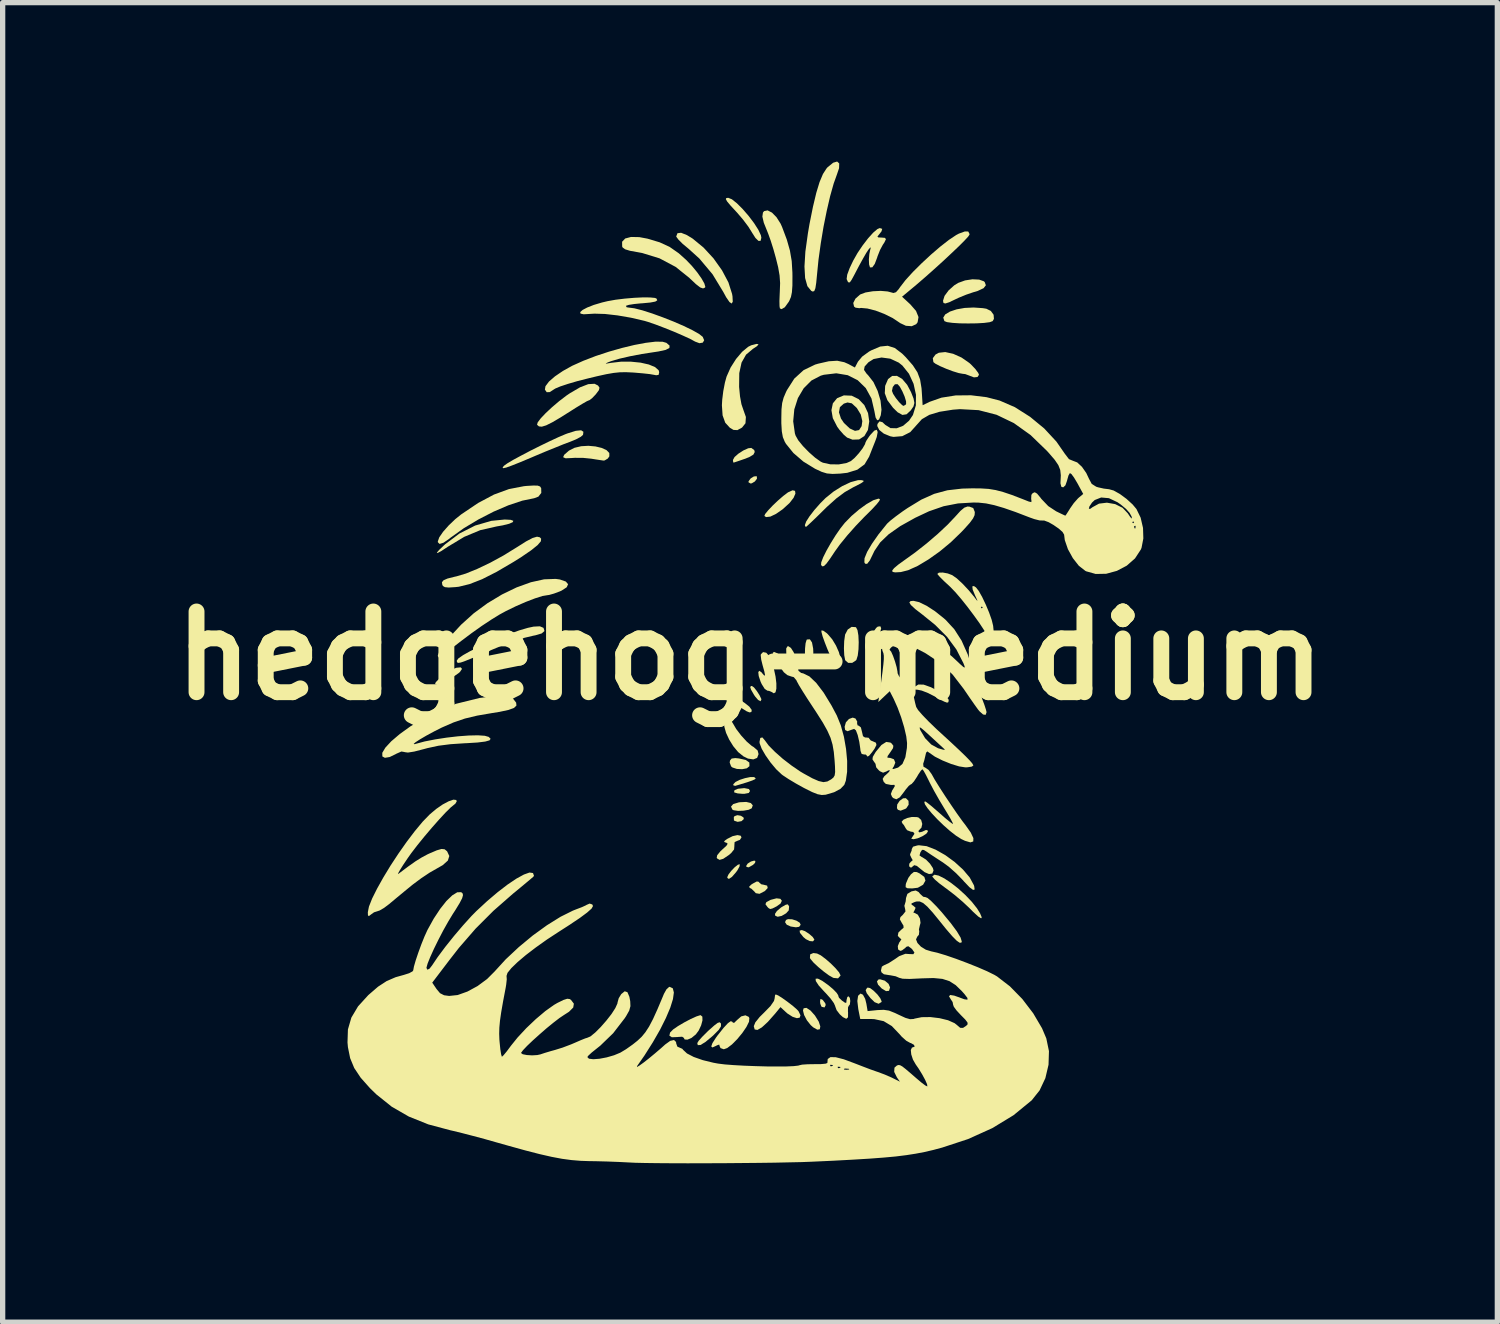
<source format=kicad_pcb>
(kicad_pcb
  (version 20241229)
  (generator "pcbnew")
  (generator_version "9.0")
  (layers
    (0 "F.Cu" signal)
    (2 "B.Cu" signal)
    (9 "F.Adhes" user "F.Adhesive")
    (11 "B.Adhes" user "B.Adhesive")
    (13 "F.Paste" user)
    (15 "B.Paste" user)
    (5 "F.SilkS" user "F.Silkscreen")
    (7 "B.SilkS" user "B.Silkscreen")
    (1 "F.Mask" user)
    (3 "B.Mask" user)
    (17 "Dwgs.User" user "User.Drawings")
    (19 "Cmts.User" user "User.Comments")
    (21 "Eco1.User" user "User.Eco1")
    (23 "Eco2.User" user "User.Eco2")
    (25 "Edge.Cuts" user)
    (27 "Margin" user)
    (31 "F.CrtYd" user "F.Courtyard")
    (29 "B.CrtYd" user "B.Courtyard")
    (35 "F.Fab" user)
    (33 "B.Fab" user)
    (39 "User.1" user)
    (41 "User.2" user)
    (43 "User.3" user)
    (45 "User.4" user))
  (footprint "hedgehog-medium"
    (layer "F.Cu")
    (at 11.111 9.33)
    (property "Reference" "hedgehog-medium" (at 0 0 0) (layer "F.SilkS") (effects (font (size 1.524 1.524) (thickness 0.3))))
    (attr board_only exclude_from_pos_files exclude_from_bom)
    (fp_poly (pts (xy 0.101 3.876) (xy 0.095 3.912) (xy 0.056 3.95) (xy -0.025 3.996) (xy -0.067 3.988) (xy -0.071 3.967) (xy -0.044 3.925) (xy 0.017 3.886) (xy 0.078 3.869)) (stroke (width 0) (type solid)) (fill yes) (layer "F.SilkS"))
    (fp_poly (pts (xy -0.173 3.022) (xy -0.124 3.053) (xy -0.117 3.084) (xy -0.161 3.124) (xy -0.234 3.137) (xy -0.295 3.117) (xy -0.304 3.107) (xy -0.306 3.049) (xy -0.293 3.03) (xy -0.24 3.011)) (stroke (width 0) (type solid)) (fill yes) (layer "F.SilkS"))
    (fp_poly (pts (xy 0.128 -3.384) (xy 0.131 -3.342) (xy 0.092 -3.29) (xy 0.034 -3.255) (xy 0.011 -3.251) (xy -0.028 -3.273) (xy -0.028 -3.293) (xy 0.012 -3.347) (xy 0.072 -3.384) (xy 0.123 -3.389)) (stroke (width 0) (type solid)) (fill yes) (layer "F.SilkS"))
    (fp_poly (pts (xy 1.367 6.495) (xy 1.375 6.502) (xy 1.421 6.563) (xy 1.429 6.596) (xy 1.407 6.641) (xy 1.357 6.631) (xy 1.346 6.621) (xy 1.326 6.569) (xy 1.322 6.527) (xy 1.33 6.48)) (stroke (width 0) (type solid)) (fill yes) (layer "F.SilkS"))
    (fp_poly (pts (xy 2.545 6.136) (xy 2.616 6.196) (xy 2.644 6.263) (xy 2.624 6.328) (xy 2.568 6.333) (xy 2.487 6.284) (xy 2.418 6.212) (xy 2.396 6.151) (xy 2.424 6.114) (xy 2.456 6.11)) (stroke (width 0) (type solid)) (fill yes) (layer "F.SilkS"))
    (fp_poly (pts (xy 0.794 4.977) (xy 0.877 5.003) (xy 0.939 5.042) (xy 0.956 5.08) (xy 0.927 5.119) (xy 0.866 5.128) (xy 0.768 5.113) (xy 0.693 5.079) (xy 0.661 5.031) (xy 0.68 4.989) (xy 0.717 4.974)) (stroke (width 0) (type solid)) (fill yes) (layer "F.SilkS"))
    (fp_poly (pts (xy 2.992 2.74) (xy 2.995 2.813) (xy 2.952 2.879) (xy 2.932 2.892) (xy 2.843 2.926) (xy 2.792 2.909) (xy 2.774 2.878) (xy 2.779 2.809) (xy 2.825 2.74) (xy 2.889 2.693) (xy 2.942 2.69)) (stroke (width 0) (type solid)) (fill yes) (layer "F.SilkS"))
    (fp_poly (pts (xy -0.021 2.517) (xy 0 2.554) (xy -0.024 2.592) (xy -0.103 2.607) (xy -0.141 2.608) (xy -0.235 2.6) (xy -0.295 2.582) (xy -0.301 2.576) (xy -0.293 2.539) (xy -0.227 2.512) (xy -0.118 2.501) (xy -0.104 2.501)) (stroke (width 0) (type solid)) (fill yes) (layer "F.SilkS"))
    (fp_poly (pts (xy 1.038 5.201) (xy 1.115 5.251) (xy 1.183 5.31) (xy 1.214 5.358) (xy 1.215 5.361) (xy 1.189 5.393) (xy 1.128 5.388) (xy 1.054 5.352) (xy 1.007 5.312) (xy 0.943 5.233) (xy 0.936 5.191) (xy 0.978 5.18)) (stroke (width 0) (type solid)) (fill yes) (layer "F.SilkS"))
    (fp_poly (pts (xy -0.194 3.938) (xy -0.198 3.979) (xy -0.238 4.052) (xy -0.265 4.089) (xy -0.342 4.177) (xy -0.399 4.215) (xy -0.427 4.197) (xy -0.429 4.18) (xy -0.407 4.131) (xy -0.355 4.063) (xy -0.29 3.995) (xy -0.23 3.947) (xy -0.195 3.937)) (stroke (width 0) (type solid)) (fill yes) (layer "F.SilkS"))
    (fp_poly (pts (xy 0.015 2.782) (xy 0.052 2.825) (xy 0.032 2.881) (xy -0.025 2.909) (xy -0.121 2.926) (xy -0.226 2.93) (xy -0.309 2.918) (xy -0.333 2.906) (xy -0.359 2.849) (xy -0.318 2.802) (xy -0.214 2.77) (xy -0.196 2.767) (xy -0.071 2.761)) (stroke (width 0) (type solid)) (fill yes) (layer "F.SilkS"))
    (fp_poly (pts (xy 0.074 0.599) (xy 0.127 0.665) (xy 0.178 0.744) (xy 0.211 0.812) (xy 0.214 0.831) (xy 0.197 0.86) (xy 0.154 0.837) (xy 0.096 0.77) (xy 0.074 0.737) (xy 0.019 0.641) (xy 0.003 0.59) (xy 0.023 0.572) (xy 0.036 0.572)) (stroke (width 0) (type solid)) (fill yes) (layer "F.SilkS"))
    (fp_poly (pts (xy 0.573 4.59) (xy 0.601 4.627) (xy 0.576 4.68) (xy 0.502 4.733) (xy 0.422 4.773) (xy 0.38 4.783) (xy 0.349 4.765) (xy 0.329 4.744) (xy 0.291 4.692) (xy 0.309 4.652) (xy 0.389 4.61) (xy 0.392 4.609) (xy 0.5 4.581)) (stroke (width 0) (type solid)) (fill yes) (layer "F.SilkS"))
    (fp_poly (pts (xy 0.734 4.726) (xy 0.738 4.736) (xy 0.731 4.809) (xy 0.681 4.864) (xy 0.597 4.913) (xy 0.523 4.929) (xy 0.476 4.91) (xy 0.471 4.875) (xy 0.507 4.821) (xy 0.581 4.758) (xy 0.598 4.746) (xy 0.675 4.702) (xy 0.713 4.695)) (stroke (width 0) (type solid)) (fill yes) (layer "F.SilkS"))
    (fp_poly (pts (xy 1.141 6.699) (xy 1.226 6.794) (xy 1.298 6.91) (xy 1.327 6.999) (xy 1.317 7.053) (xy 1.271 7.061) (xy 1.193 7.017) (xy 1.145 6.974) (xy 1.073 6.883) (xy 1.021 6.784) (xy 1 6.7) (xy 1.012 6.657) (xy 1.065 6.649)) (stroke (width 0) (type solid)) (fill yes) (layer "F.SilkS"))
    (fp_poly (pts (xy 2.266 6.275) (xy 2.333 6.325) (xy 2.404 6.395) (xy 2.46 6.469) (xy 2.485 6.526) (xy 2.482 6.539) (xy 2.428 6.572) (xy 2.353 6.542) (xy 2.272 6.463) (xy 2.203 6.372) (xy 2.183 6.314) (xy 2.208 6.275) (xy 2.221 6.266)) (stroke (width 0) (type solid)) (fill yes) (layer "F.SilkS"))
    (fp_poly (pts (xy -0.209 1.94) (xy -0.078 1.97) (xy -0.013 2.017) (xy -0.011 2.084) (xy -0.012 2.087) (xy -0.06 2.126) (xy -0.149 2.143) (xy -0.248 2.138) (xy -0.331 2.111) (xy -0.357 2.09) (xy -0.384 2.018) (xy -0.378 1.979) (xy -0.347 1.942) (xy -0.279 1.933)) (stroke (width 0) (type solid)) (fill yes) (layer "F.SilkS"))
    (fp_poly (pts (xy 0.107 2.314) (xy 0.107 2.315) (xy 0.093 2.333) (xy 0.043 2.356) (xy -0.052 2.389) (xy -0.202 2.435) (xy -0.281 2.458) (xy -0.316 2.447) (xy -0.315 2.426) (xy -0.274 2.384) (xy -0.194 2.344) (xy -0.095 2.312) (xy 0.002 2.292) (xy 0.076 2.291)) (stroke (width 0) (type solid)) (fill yes) (layer "F.SilkS"))
    (fp_poly (pts (xy 2.476 -0.519) (xy 2.456 -0.433) (xy 2.415 -0.322) (xy 2.36 -0.212) (xy 2.303 -0.137) (xy 2.254 -0.104) (xy 2.222 -0.122) (xy 2.215 -0.165) (xy 2.232 -0.244) (xy 2.274 -0.348) (xy 2.328 -0.45) (xy 2.383 -0.526) (xy 2.412 -0.549) (xy 2.461 -0.555)) (stroke (width 0) (type solid)) (fill yes) (layer "F.SilkS"))
    (fp_poly (pts (xy 3.148 4.085) (xy 3.2 4.11) (xy 3.291 4.177) (xy 3.312 4.246) (xy 3.268 4.324) (xy 3.169 4.381) (xy 3.063 4.394) (xy 2.973 4.391) (xy 2.938 4.371) (xy 2.94 4.321) (xy 2.946 4.296) (xy 2.989 4.195) (xy 3.038 4.128) (xy 3.094 4.083)) (stroke (width 0) (type solid)) (fill yes) (layer "F.SilkS"))
    (fp_poly (pts (xy -0.211 0.82) (xy -0.117 0.881) (xy -0.099 0.893) (xy -0.012 0.963) (xy 0.032 1.024) (xy 0.026 1.063) (xy -0.009 1.071) (xy -0.063 1.05) (xy -0.144 0.999) (xy -0.17 0.979) (xy -0.243 0.91) (xy -0.283 0.848) (xy -0.286 0.834) (xy -0.282 0.801) (xy -0.261 0.795)) (stroke (width 0) (type solid)) (fill yes) (layer "F.SilkS"))
    (fp_poly (pts (xy 0.079 -3.883) (xy 0.089 -3.846) (xy 0.064 -3.797) (xy -0.016 -3.749) (xy -0.107 -3.714) (xy -0.214 -3.677) (xy -0.289 -3.652) (xy -0.313 -3.645) (xy -0.321 -3.673) (xy -0.322 -3.697) (xy -0.292 -3.751) (xy -0.219 -3.815) (xy -0.126 -3.875) (xy -0.035 -3.916) (xy 0.024 -3.923)) (stroke (width 0) (type solid)) (fill yes) (layer "F.SilkS"))
    (fp_poly (pts (xy 1.17 -0.25) (xy 1.192 -0.134) (xy 1.195 -0.063) (xy 1.19 0.055) (xy 1.17 0.116) (xy 1.141 0.134) (xy 1.078 0.13) (xy 1.061 0.12) (xy 1.044 0.068) (xy 1.036 -0.027) (xy 1.039 -0.137) (xy 1.049 -0.236) (xy 1.068 -0.298) (xy 1.075 -0.306) (xy 1.13 -0.309)) (stroke (width 0) (type solid)) (fill yes) (layer "F.SilkS"))
    (fp_poly (pts (xy -5.438 0.249) (xy -5.476 0.306) (xy -5.501 0.328) (xy -5.598 0.396) (xy -5.709 0.46) (xy -5.816 0.511) (xy -5.901 0.54) (xy -5.946 0.539) (xy -5.948 0.537) (xy -5.933 0.5) (xy -5.873 0.439) (xy -5.786 0.369) (xy -5.688 0.301) (xy -5.596 0.248) (xy -5.545 0.228) (xy -5.462 0.22)) (stroke (width 0) (type solid)) (fill yes) (layer "F.SilkS"))
    (fp_poly (pts (xy -0.551 6.942) (xy -0.548 6.95) (xy -0.549 6.999) (xy -0.591 7.065) (xy -0.682 7.157) (xy -0.714 7.187) (xy -0.843 7.294) (xy -0.935 7.35) (xy -0.986 7.353) (xy -0.996 7.315) (xy -0.97 7.271) (xy -0.902 7.195) (xy -0.808 7.101) (xy -0.783 7.077) (xy -0.677 6.983) (xy -0.611 6.933) (xy -0.573 6.921)) (stroke (width 0) (type solid)) (fill yes) (layer "F.SilkS"))
    (fp_poly (pts (xy 0.166 4.27) (xy 0.17 4.279) (xy 0.213 4.316) (xy 0.251 4.323) (xy 0.323 4.341) (xy 0.334 4.386) (xy 0.279 4.445) (xy 0.278 4.445) (xy 0.179 4.496) (xy 0.109 4.484) (xy 0.082 4.453) (xy 0.024 4.398) (xy 0.001 4.388) (xy -0.019 4.365) (xy 0.02 4.324) (xy 0.052 4.303) (xy 0.129 4.262)) (stroke (width 0) (type solid)) (fill yes) (layer "F.SilkS"))
    (fp_poly (pts (xy 0.85 -3.112) (xy 0.857 -3.061) (xy 0.823 -2.982) (xy 0.748 -2.885) (xy 0.741 -2.878) (xy 0.614 -2.763) (xy 0.49 -2.677) (xy 0.383 -2.626) (xy 0.303 -2.617) (xy 0.271 -2.639) (xy 0.286 -2.676) (xy 0.343 -2.745) (xy 0.427 -2.834) (xy 0.526 -2.928) (xy 0.626 -3.015) (xy 0.713 -3.081) (xy 0.717 -3.084) (xy 0.803 -3.123)) (stroke (width 0) (type solid)) (fill yes) (layer "F.SilkS"))
    (fp_poly (pts (xy 1.381 -0.473) (xy 1.444 -0.429) (xy 1.467 -0.408) (xy 1.552 -0.309) (xy 1.623 -0.191) (xy 1.677 -0.069) (xy 1.708 0.043) (xy 1.711 0.129) (xy 1.682 0.175) (xy 1.662 0.179) (xy 1.607 0.15) (xy 1.564 0.098) (xy 1.515 0.001) (xy 1.462 -0.121) (xy 1.412 -0.249) (xy 1.371 -0.363) (xy 1.349 -0.446) (xy 1.347 -0.476)) (stroke (width 0) (type solid)) (fill yes) (layer "F.SilkS"))
    (fp_poly (pts (xy 1.266 5.623) (xy 1.335 5.657) (xy 1.426 5.725) (xy 1.524 5.81) (xy 1.614 5.9) (xy 1.681 5.979) (xy 1.708 6.034) (xy 1.708 6.041) (xy 1.662 6.092) (xy 1.578 6.084) (xy 1.566 6.079) (xy 1.49 6.036) (xy 1.391 5.963) (xy 1.287 5.877) (xy 1.198 5.793) (xy 1.142 5.727) (xy 1.131 5.707) (xy 1.136 5.639) (xy 1.195 5.614)) (stroke (width 0) (type solid)) (fill yes) (layer "F.SilkS"))
    (fp_poly (pts (xy 3.277 0.546) (xy 3.418 0.596) (xy 3.419 0.597) (xy 3.579 0.679) (xy 3.691 0.756) (xy 3.746 0.822) (xy 3.751 0.842) (xy 3.745 0.877) (xy 3.721 0.887) (xy 3.666 0.867) (xy 3.568 0.816) (xy 3.483 0.767) (xy 3.358 0.704) (xy 3.243 0.659) (xy 3.166 0.643) (xy 3.098 0.638) (xy 3.09 0.615) (xy 3.108 0.589) (xy 3.177 0.544)) (stroke (width 0) (type solid)) (fill yes) (layer "F.SilkS"))
    (fp_poly (pts (xy -4.518 -2.565) (xy -4.469 -2.547) (xy -4.48 -2.521) (xy -4.548 -2.491) (xy -4.668 -2.461) (xy -4.787 -2.44) (xy -5.094 -2.37) (xy -5.396 -2.244) (xy -5.708 -2.056) (xy -5.712 -2.053) (xy -5.834 -1.973) (xy -5.901 -1.938) (xy -5.912 -1.947) (xy -5.866 -2.001) (xy -5.764 -2.097) (xy -5.755 -2.105) (xy -5.485 -2.308) (xy -5.19 -2.457) (xy -4.885 -2.546) (xy -4.632 -2.571)) (stroke (width 0) (type solid)) (fill yes) (layer "F.SilkS"))
    (fp_poly (pts (xy 1.995 -0.539) (xy 2.002 -0.535) (xy 2.029 -0.483) (xy 2.046 -0.382) (xy 2.052 -0.254) (xy 2.048 -0.121) (xy 2.034 -0.003) (xy 2.009 0.077) (xy 2.001 0.088) (xy 1.93 0.135) (xy 1.853 0.135) (xy 1.799 0.088) (xy 1.796 0.082) (xy 1.779 -0.008) (xy 1.773 -0.138) (xy 1.778 -0.276) (xy 1.794 -0.391) (xy 1.796 -0.401) (xy 1.845 -0.494) (xy 1.918 -0.544)) (stroke (width 0) (type solid)) (fill yes) (layer "F.SilkS"))
    (fp_poly (pts (xy 4.395 -6.562) (xy 4.462 -6.551) (xy 4.547 -6.509) (xy 4.599 -6.437) (xy 4.605 -6.359) (xy 4.581 -6.317) (xy 4.526 -6.297) (xy 4.419 -6.283) (xy 4.278 -6.275) (xy 4.119 -6.273) (xy 3.961 -6.275) (xy 3.822 -6.284) (xy 3.719 -6.298) (xy 3.67 -6.317) (xy 3.648 -6.383) (xy 3.686 -6.444) (xy 3.774 -6.497) (xy 3.9 -6.539) (xy 4.052 -6.566) (xy 4.221 -6.574)) (stroke (width 0) (type solid)) (fill yes) (layer "F.SilkS"))
    (fp_poly (pts (xy -0.369 1.208) (xy -0.326 1.273) (xy -0.261 1.384) (xy -0.168 1.506) (xy -0.064 1.62) (xy 0.031 1.702) (xy 0.067 1.724) (xy 0.144 1.79) (xy 0.161 1.858) (xy 0.134 1.93) (xy 0.062 1.958) (xy -0.04 1.942) (xy -0.125 1.9) (xy -0.225 1.819) (xy -0.316 1.709) (xy -0.393 1.585) (xy -0.452 1.458) (xy -0.485 1.342) (xy -0.49 1.249) (xy -0.46 1.191) (xy -0.418 1.179)) (stroke (width 0) (type solid)) (fill yes) (layer "F.SilkS"))
    (fp_poly (pts (xy 4.326 -7.101) (xy 4.415 -7.069) (xy 4.431 -7.054) (xy 4.453 -6.994) (xy 4.41 -6.939) (xy 4.299 -6.887) (xy 4.215 -6.862) (xy 4.083 -6.817) (xy 3.937 -6.757) (xy 3.882 -6.731) (xy 3.76 -6.673) (xy 3.688 -6.65) (xy 3.653 -6.659) (xy 3.644 -6.7) (xy 3.644 -6.702) (xy 3.673 -6.794) (xy 3.749 -6.897) (xy 3.855 -6.992) (xy 3.931 -7.039) (xy 4.061 -7.086) (xy 4.2 -7.107)) (stroke (width 0) (type solid)) (fill yes) (layer "F.SilkS"))
    (fp_poly (pts (xy -2.919 -3.951) (xy -2.801 -3.923) (xy -2.709 -3.881) (xy -2.657 -3.827) (xy -2.656 -3.764) (xy -2.686 -3.722) (xy -2.744 -3.687) (xy -2.767 -3.684) (xy -2.821 -3.692) (xy -2.92 -3.707) (xy -3.001 -3.72) (xy -3.152 -3.735) (xy -3.309 -3.736) (xy -3.371 -3.732) (xy -3.483 -3.727) (xy -3.529 -3.748) (xy -3.508 -3.794) (xy -3.422 -3.869) (xy -3.419 -3.872) (xy -3.315 -3.925) (xy -3.188 -3.955) (xy -3.053 -3.963)) (stroke (width 0) (type solid)) (fill yes) (layer "F.SilkS"))
    (fp_poly (pts (xy -1.191 -7.941) (xy -1.082 -7.874) (xy -0.877 -7.705) (xy -0.689 -7.501) (xy -0.529 -7.276) (xy -0.408 -7.048) (xy -0.339 -6.831) (xy -0.331 -6.785) (xy -0.326 -6.684) (xy -0.346 -6.649) (xy -0.388 -6.677) (xy -0.45 -6.767) (xy -0.505 -6.868) (xy -0.708 -7.202) (xy -0.957 -7.499) (xy -1.165 -7.687) (xy -1.272 -7.776) (xy -1.351 -7.855) (xy -1.391 -7.909) (xy -1.393 -7.917) (xy -1.37 -7.977) (xy -1.301 -7.985)) (stroke (width 0) (type solid)) (fill yes) (layer "F.SilkS"))
    (fp_poly (pts (xy -0.9 6.815) (xy -0.898 6.886) (xy -0.923 6.979) (xy -0.969 7.077) (xy -1.023 7.15) (xy -1.104 7.216) (xy -1.18 7.249) (xy -1.235 7.246) (xy -1.25 7.215) (xy -1.282 7.194) (xy -1.367 7.199) (xy -1.371 7.2) (xy -1.476 7.204) (xy -1.523 7.173) (xy -1.509 7.115) (xy -1.452 7.057) (xy -1.361 6.994) (xy -1.244 6.925) (xy -1.121 6.86) (xy -1.013 6.811) (xy -0.941 6.788) (xy -0.933 6.787)) (stroke (width 0) (type solid)) (fill yes) (layer "F.SilkS"))
    (fp_poly (pts (xy -0.342 -8.617) (xy -0.247 -8.541) (xy -0.138 -8.432) (xy -0.027 -8.304) (xy 0.075 -8.169) (xy 0.156 -8.043) (xy 0.205 -7.938) (xy 0.214 -7.891) (xy 0.199 -7.832) (xy 0.159 -7.832) (xy 0.103 -7.886) (xy 0.036 -7.991) (xy 0.036 -7.992) (xy -0.033 -8.102) (xy -0.133 -8.235) (xy -0.244 -8.365) (xy -0.259 -8.381) (xy -0.369 -8.5) (xy -0.433 -8.577) (xy -0.457 -8.621) (xy -0.447 -8.641) (xy -0.411 -8.645)) (stroke (width 0) (type solid)) (fill yes) (layer "F.SilkS"))
    (fp_poly (pts (xy 3.562 4.152) (xy 3.67 4.206) (xy 3.796 4.29) (xy 3.931 4.396) (xy 4.064 4.517) (xy 4.186 4.645) (xy 4.286 4.771) (xy 4.344 4.865) (xy 4.375 4.94) (xy 4.364 4.959) (xy 4.308 4.924) (xy 4.209 4.833) (xy 4.143 4.766) (xy 4.015 4.646) (xy 3.858 4.513) (xy 3.704 4.395) (xy 3.688 4.384) (xy 3.574 4.299) (xy 3.489 4.226) (xy 3.445 4.176) (xy 3.442 4.164) (xy 3.483 4.135)) (stroke (width 0) (type solid)) (fill yes) (layer "F.SilkS"))
    (fp_poly (pts (xy 3.836 -5.7) (xy 3.994 -5.629) (xy 4.141 -5.527) (xy 4.171 -5.5) (xy 4.253 -5.414) (xy 4.308 -5.34) (xy 4.323 -5.304) (xy 4.295 -5.262) (xy 4.228 -5.255) (xy 4.148 -5.285) (xy 4.144 -5.287) (xy 4.063 -5.317) (xy 4.017 -5.322) (xy 3.941 -5.336) (xy 3.83 -5.37) (xy 3.705 -5.417) (xy 3.587 -5.468) (xy 3.499 -5.514) (xy 3.462 -5.543) (xy 3.451 -5.617) (xy 3.502 -5.686) (xy 3.565 -5.72) (xy 3.686 -5.733)) (stroke (width 0) (type solid)) (fill yes) (layer "F.SilkS"))
    (fp_poly (pts (xy -0.176 3.399) (xy -0.161 3.43) (xy -0.191 3.477) (xy -0.236 3.494) (xy -0.291 3.519) (xy -0.296 3.585) (xy -0.295 3.588) (xy -0.301 3.658) (xy -0.357 3.727) (xy -0.402 3.765) (xy -0.506 3.835) (xy -0.575 3.855) (xy -0.621 3.828) (xy -0.629 3.816) (xy -0.62 3.767) (xy -0.559 3.693) (xy -0.522 3.658) (xy -0.446 3.589) (xy -0.422 3.55) (xy -0.444 3.532) (xy -0.453 3.53) (xy -0.491 3.515) (xy -0.474 3.49) (xy -0.429 3.458) (xy -0.328 3.407) (xy -0.237 3.387)) (stroke (width 0) (type solid)) (fill yes) (layer "F.SilkS"))
    (fp_poly (pts (xy 2.141 -3.306) (xy 2.143 -3.288) (xy 2.097 -3.256) (xy 1.996 -3.203) (xy 1.947 -3.179) (xy 1.788 -3.088) (xy 1.629 -2.969) (xy 1.451 -2.809) (xy 1.383 -2.742) (xy 1.262 -2.623) (xy 1.16 -2.525) (xy 1.087 -2.457) (xy 1.053 -2.429) (xy 1.053 -2.429) (xy 1.037 -2.457) (xy 1.036 -2.467) (xy 1.06 -2.533) (xy 1.124 -2.633) (xy 1.216 -2.752) (xy 1.326 -2.877) (xy 1.426 -2.977) (xy 1.577 -3.099) (xy 1.741 -3.202) (xy 1.901 -3.277) (xy 2.038 -3.314) (xy 2.098 -3.315)) (stroke (width 0) (type solid)) (fill yes) (layer "F.SilkS"))
    (fp_poly (pts (xy 0.532 6.415) (xy 0.615 6.468) (xy 0.715 6.54) (xy 0.812 6.615) (xy 0.887 6.681) (xy 0.916 6.713) (xy 0.953 6.79) (xy 0.938 6.834) (xy 0.885 6.844) (xy 0.804 6.818) (xy 0.708 6.757) (xy 0.672 6.725) (xy 0.575 6.635) (xy 0.476 6.756) (xy 0.337 6.913) (xy 0.224 7.017) (xy 0.14 7.066) (xy 0.088 7.057) (xy 0.071 6.995) (xy 0.1 6.923) (xy 0.182 6.821) (xy 0.268 6.736) (xy 0.386 6.615) (xy 0.452 6.519) (xy 0.464 6.474) (xy 0.472 6.412) (xy 0.484 6.395)) (stroke (width 0) (type solid)) (fill yes) (layer "F.SilkS"))
    (fp_poly (pts (xy -3.146 -4.228) (xy -3.153 -4.17) (xy -3.195 -4.133) (xy -3.285 -4.085) (xy -3.399 -4.038) (xy -3.517 -3.994) (xy -3.68 -3.928) (xy -3.87 -3.851) (xy -4.067 -3.768) (xy -4.118 -3.746) (xy -4.337 -3.654) (xy -4.498 -3.59) (xy -4.603 -3.552) (xy -4.66 -3.54) (xy -4.672 -3.552) (xy -4.646 -3.586) (xy -4.643 -3.588) (xy -4.583 -3.631) (xy -4.472 -3.697) (xy -4.322 -3.778) (xy -4.149 -3.869) (xy -3.965 -3.961) (xy -3.784 -4.049) (xy -3.62 -4.125) (xy -3.486 -4.182) (xy -3.446 -4.197) (xy -3.289 -4.246) (xy -3.189 -4.256)) (stroke (width 0) (type solid)) (fill yes) (layer "F.SilkS"))
    (fp_poly (pts (xy -2.091 -7.903) (xy -1.936 -7.874) (xy -1.706 -7.805) (xy -1.519 -7.719) (xy -1.347 -7.599) (xy -1.207 -7.474) (xy -1.098 -7.36) (xy -0.998 -7.239) (xy -0.916 -7.123) (xy -0.862 -7.027) (xy -0.844 -6.964) (xy -0.849 -6.951) (xy -0.887 -6.934) (xy -0.941 -6.953) (xy -1.021 -7.015) (xy -1.137 -7.124) (xy -1.143 -7.131) (xy -1.405 -7.341) (xy -1.708 -7.502) (xy -2.036 -7.603) (xy -2.117 -7.618) (xy -2.267 -7.645) (xy -2.358 -7.673) (xy -2.405 -7.707) (xy -2.414 -7.726) (xy -2.415 -7.816) (xy -2.357 -7.877) (xy -2.247 -7.906)) (stroke (width 0) (type solid)) (fill yes) (layer "F.SilkS"))
    (fp_poly (pts (xy 0.306 -0.056) (xy 0.358 0.002) (xy 0.412 0.123) (xy 0.453 0.259) (xy 0.482 0.395) (xy 0.497 0.521) (xy 0.497 0.624) (xy 0.481 0.691) (xy 0.448 0.71) (xy 0.414 0.688) (xy 0.359 0.664) (xy 0.329 0.661) (xy 0.278 0.628) (xy 0.221 0.537) (xy 0.2 0.492) (xy 0.164 0.384) (xy 0.156 0.311) (xy 0.174 0.285) (xy 0.216 0.313) (xy 0.235 0.337) (xy 0.271 0.378) (xy 0.283 0.365) (xy 0.269 0.293) (xy 0.237 0.179) (xy 0.211 0.073) (xy 0.202 -0.007) (xy 0.205 -0.027) (xy 0.246 -0.068)) (stroke (width 0) (type solid)) (fill yes) (layer "F.SilkS"))
    (fp_poly (pts (xy -4.008 -3.211) (xy -3.964 -3.195) (xy -3.943 -3.162) (xy -3.943 -3.162) (xy -3.941 -3.073) (xy -3.996 -3.003) (xy -4.076 -2.973) (xy -4.3 -2.927) (xy -4.561 -2.84) (xy -4.841 -2.72) (xy -5.127 -2.573) (xy -5.401 -2.409) (xy -5.648 -2.233) (xy -5.679 -2.208) (xy -5.788 -2.133) (xy -5.861 -2.11) (xy -5.893 -2.141) (xy -5.895 -2.156) (xy -5.868 -2.234) (xy -5.795 -2.34) (xy -5.689 -2.46) (xy -5.562 -2.581) (xy -5.456 -2.666) (xy -5.134 -2.883) (xy -4.835 -3.042) (xy -4.551 -3.146) (xy -4.271 -3.2) (xy -4.225 -3.205) (xy -4.089 -3.213)) (stroke (width 0) (type solid)) (fill yes) (layer "F.SilkS"))
    (fp_poly (pts (xy -3.902 -0.527) (xy -3.898 -0.522) (xy -3.881 -0.466) (xy -3.934 -0.42) (xy -4.057 -0.384) (xy -4.09 -0.378) (xy -4.259 -0.338) (xy -4.472 -0.269) (xy -4.736 -0.169) (xy -5.056 -0.036) (xy -5.065 -0.031) (xy -5.25 0.048) (xy -5.379 0.1) (xy -5.462 0.129) (xy -5.51 0.136) (xy -5.532 0.125) (xy -5.537 0.097) (xy -5.537 0.093) (xy -5.505 0.05) (xy -5.417 -0.011) (xy -5.285 -0.085) (xy -5.119 -0.168) (xy -4.932 -0.254) (xy -4.734 -0.337) (xy -4.538 -0.414) (xy -4.354 -0.479) (xy -4.194 -0.526) (xy -4.086 -0.549) (xy -3.968 -0.555)) (stroke (width 0) (type solid)) (fill yes) (layer "F.SilkS"))
    (fp_poly (pts (xy -2.87 -5.101) (xy -2.842 -5.06) (xy -2.853 -5.014) (xy -2.907 -4.942) (xy -2.912 -4.935) (xy -2.979 -4.865) (xy -3.029 -4.826) (xy -3.038 -4.823) (xy -3.08 -4.805) (xy -3.167 -4.755) (xy -3.284 -4.684) (xy -3.366 -4.632) (xy -3.575 -4.5) (xy -3.733 -4.407) (xy -3.849 -4.349) (xy -3.931 -4.324) (xy -3.985 -4.329) (xy -4.02 -4.359) (xy -4.021 -4.362) (xy -4.009 -4.405) (xy -3.951 -4.482) (xy -3.857 -4.581) (xy -3.738 -4.692) (xy -3.605 -4.805) (xy -3.468 -4.91) (xy -3.4 -4.956) (xy -3.21 -5.067) (xy -3.054 -5.127) (xy -2.935 -5.134)) (stroke (width 0) (type solid)) (fill yes) (layer "F.SilkS"))
    (fp_poly (pts (xy -0.026 6.818) (xy -0.013 6.842) (xy -0.019 6.911) (xy -0.068 7.01) (xy -0.146 7.124) (xy -0.241 7.239) (xy -0.34 7.339) (xy -0.431 7.408) (xy -0.495 7.431) (xy -0.557 7.409) (xy -0.572 7.377) (xy -0.582 7.342) (xy -0.625 7.357) (xy -0.641 7.366) (xy -0.71 7.397) (xy -0.732 7.378) (xy -0.71 7.315) (xy -0.643 7.211) (xy -0.61 7.166) (xy -0.497 7.024) (xy -0.417 6.938) (xy -0.365 6.901) (xy -0.336 6.91) (xy -0.33 6.922) (xy -0.302 6.934) (xy -0.247 6.881) (xy -0.244 6.878) (xy -0.166 6.81) (xy -0.087 6.79)) (stroke (width 0) (type solid)) (fill yes) (layer "F.SilkS"))
    (fp_poly (pts (xy 1.684 -9.294) (xy 1.681 -9.204) (xy 1.643 -9.092) (xy 1.579 -8.913) (xy 1.513 -8.678) (xy 1.449 -8.402) (xy 1.388 -8.1) (xy 1.336 -7.787) (xy 1.293 -7.478) (xy 1.266 -7.206) (xy 1.25 -7.041) (xy 1.234 -6.938) (xy 1.213 -6.885) (xy 1.185 -6.875) (xy 1.156 -6.888) (xy 1.083 -6.977) (xy 1.04 -7.131) (xy 1.028 -7.348) (xy 1.045 -7.63) (xy 1.093 -7.976) (xy 1.122 -8.146) (xy 1.188 -8.475) (xy 1.251 -8.739) (xy 1.313 -8.943) (xy 1.377 -9.095) (xy 1.444 -9.199) (xy 1.465 -9.223) (xy 1.57 -9.308) (xy 1.645 -9.33)) (stroke (width 0) (type solid)) (fill yes) (layer "F.SilkS"))
    (fp_poly (pts (xy 2.453 -2.955) (xy 2.441 -2.922) (xy 2.392 -2.86) (xy 2.3 -2.761) (xy 2.159 -2.621) (xy 2.155 -2.617) (xy 1.996 -2.451) (xy 1.837 -2.272) (xy 1.697 -2.1) (xy 1.606 -1.974) (xy 1.51 -1.83) (xy 1.443 -1.739) (xy 1.398 -1.694) (xy 1.367 -1.686) (xy 1.343 -1.71) (xy 1.341 -1.713) (xy 1.345 -1.764) (xy 1.382 -1.86) (xy 1.445 -1.986) (xy 1.526 -2.128) (xy 1.616 -2.273) (xy 1.708 -2.406) (xy 1.789 -2.508) (xy 1.917 -2.639) (xy 2.06 -2.761) (xy 2.201 -2.863) (xy 2.327 -2.935) (xy 2.423 -2.965) (xy 2.431 -2.965)) (stroke (width 0) (type solid)) (fill yes) (layer "F.SilkS"))
    (fp_poly (pts (xy -3.968 -2.235) (xy -3.944 -2.209) (xy -3.949 -2.16) (xy -4.012 -2.087) (xy -4.134 -1.989) (xy -4.318 -1.863) (xy -4.466 -1.77) (xy -4.785 -1.583) (xy -5.059 -1.444) (xy -5.295 -1.352) (xy -5.499 -1.302) (xy -5.563 -1.295) (xy -5.689 -1.287) (xy -5.761 -1.294) (xy -5.798 -1.316) (xy -5.81 -1.338) (xy -5.817 -1.387) (xy -5.787 -1.424) (xy -5.711 -1.457) (xy -5.576 -1.491) (xy -5.543 -1.498) (xy -5.365 -1.551) (xy -5.147 -1.64) (xy -4.904 -1.756) (xy -4.655 -1.892) (xy -4.415 -2.04) (xy -4.397 -2.051) (xy -4.228 -2.158) (xy -4.106 -2.222) (xy -4.022 -2.247)) (stroke (width 0) (type solid)) (fill yes) (layer "F.SilkS"))
    (fp_poly (pts (xy 0.161 -5.88) (xy 0.133 -5.845) (xy 0.053 -5.792) (xy -0.075 -5.684) (xy -0.16 -5.534) (xy -0.203 -5.335) (xy -0.206 -5.082) (xy -0.206 -5.074) (xy -0.189 -4.896) (xy -0.162 -4.748) (xy -0.13 -4.654) (xy -0.078 -4.507) (xy -0.086 -4.388) (xy -0.151 -4.307) (xy -0.239 -4.259) (xy -0.312 -4.263) (xy -0.38 -4.303) (xy -0.468 -4.399) (xy -0.518 -4.538) (xy -0.531 -4.729) (xy -0.525 -4.833) (xy -0.505 -4.995) (xy -0.474 -5.157) (xy -0.443 -5.269) (xy -0.367 -5.44) (xy -0.264 -5.602) (xy -0.149 -5.738) (xy -0.034 -5.833) (xy 0.023 -5.861) (xy 0.124 -5.887)) (stroke (width 0) (type solid)) (fill yes) (layer "F.SilkS"))
    (fp_poly (pts (xy 3.146 3.047) (xy 3.179 3.054) (xy 3.231 3.101) (xy 3.252 3.177) (xy 3.236 3.248) (xy 3.215 3.269) (xy 3.177 3.312) (xy 3.196 3.336) (xy 3.249 3.324) (xy 3.323 3.29) (xy 3.354 3.299) (xy 3.358 3.321) (xy 3.328 3.362) (xy 3.256 3.408) (xy 3.168 3.447) (xy 3.09 3.465) (xy 3.085 3.465) (xy 3.044 3.456) (xy 3.065 3.422) (xy 3.105 3.362) (xy 3.081 3.328) (xy 3.035 3.322) (xy 2.966 3.295) (xy 2.94 3.26) (xy 2.903 3.195) (xy 2.883 3.175) (xy 2.862 3.136) (xy 2.896 3.097) (xy 2.966 3.065) (xy 3.055 3.045)) (stroke (width 0) (type solid)) (fill yes) (layer "F.SilkS"))
    (fp_poly (pts (xy 4.14 -2.815) (xy 4.214 -2.788) (xy 4.243 -2.716) (xy 4.244 -2.708) (xy 4.24 -2.654) (xy 4.211 -2.592) (xy 4.149 -2.508) (xy 4.045 -2.392) (xy 3.982 -2.326) (xy 3.788 -2.139) (xy 3.579 -1.966) (xy 3.367 -1.816) (xy 3.165 -1.695) (xy 2.985 -1.614) (xy 2.847 -1.579) (xy 2.741 -1.573) (xy 2.691 -1.582) (xy 2.686 -1.611) (xy 2.686 -1.612) (xy 2.722 -1.655) (xy 2.802 -1.722) (xy 2.909 -1.799) (xy 2.916 -1.804) (xy 3.119 -1.95) (xy 3.335 -2.12) (xy 3.545 -2.3) (xy 3.73 -2.473) (xy 3.873 -2.624) (xy 3.875 -2.626) (xy 3.973 -2.734) (xy 4.044 -2.794) (xy 4.104 -2.816)) (stroke (width 0) (type solid)) (fill yes) (layer "F.SilkS"))
    (fp_poly (pts (xy 0.414 -8.366) (xy 0.499 -8.28) (xy 0.576 -8.159) (xy 0.605 -8.095) (xy 0.695 -7.855) (xy 0.753 -7.65) (xy 0.787 -7.452) (xy 0.8 -7.234) (xy 0.801 -7.163) (xy 0.8 -6.986) (xy 0.791 -6.863) (xy 0.773 -6.774) (xy 0.742 -6.701) (xy 0.732 -6.683) (xy 0.657 -6.579) (xy 0.596 -6.543) (xy 0.564 -6.557) (xy 0.557 -6.599) (xy 0.555 -6.695) (xy 0.56 -6.826) (xy 0.562 -6.87) (xy 0.568 -7.035) (xy 0.558 -7.179) (xy 0.531 -7.334) (xy 0.488 -7.508) (xy 0.441 -7.676) (xy 0.39 -7.837) (xy 0.344 -7.965) (xy 0.327 -8.008) (xy 0.26 -8.175) (xy 0.233 -8.291) (xy 0.244 -8.367) (xy 0.266 -8.394) (xy 0.332 -8.408)) (stroke (width 0) (type solid)) (fill yes) (layer "F.SilkS"))
    (fp_poly (pts (xy 1.919 -4.909) (xy 2.051 -4.844) (xy 2.158 -4.731) (xy 2.228 -4.581) (xy 2.251 -4.424) (xy 2.226 -4.262) (xy 2.159 -4.147) (xy 2.059 -4.083) (xy 1.935 -4.079) (xy 1.833 -4.118) (xy 1.769 -4.173) (xy 1.69 -4.263) (xy 1.646 -4.323) (xy 1.563 -4.485) (xy 1.544 -4.594) (xy 1.679 -4.594) (xy 1.717 -4.478) (xy 1.774 -4.393) (xy 1.884 -4.29) (xy 1.982 -4.245) (xy 2.059 -4.26) (xy 2.107 -4.334) (xy 2.12 -4.429) (xy 2.091 -4.554) (xy 2.016 -4.677) (xy 1.921 -4.765) (xy 1.84 -4.781) (xy 1.771 -4.759) (xy 1.697 -4.693) (xy 1.679 -4.594) (xy 1.544 -4.594) (xy 1.537 -4.636) (xy 1.564 -4.765) (xy 1.644 -4.862) (xy 1.772 -4.915)) (stroke (width 0) (type solid)) (fill yes) (layer "F.SilkS"))
    (fp_poly (pts (xy 1.364 6.139) (xy 1.484 6.225) (xy 1.57 6.298) (xy 1.635 6.365) (xy 1.666 6.413) (xy 1.666 6.423) (xy 1.68 6.459) (xy 1.736 6.512) (xy 1.736 6.512) (xy 1.796 6.554) (xy 1.819 6.55) (xy 1.822 6.503) (xy 1.837 6.445) (xy 1.858 6.43) (xy 1.885 6.461) (xy 1.893 6.52) (xy 1.884 6.587) (xy 1.865 6.609) (xy 1.85 6.64) (xy 1.849 6.717) (xy 1.851 6.734) (xy 1.85 6.827) (xy 1.817 6.856) (xy 1.752 6.823) (xy 1.695 6.771) (xy 1.635 6.693) (xy 1.608 6.62) (xy 1.608 6.616) (xy 1.583 6.56) (xy 1.52 6.472) (xy 1.429 6.37) (xy 1.408 6.349) (xy 1.297 6.227) (xy 1.242 6.143) (xy 1.238 6.099) (xy 1.281 6.097)) (stroke (width 0) (type solid)) (fill yes) (layer "F.SilkS"))
    (fp_poly (pts (xy 2.872 -5.226) (xy 2.967 -5.114) (xy 3.04 -4.976) (xy 3.088 -4.854) (xy 3.103 -4.772) (xy 3.086 -4.706) (xy 3.035 -4.632) (xy 3.034 -4.631) (xy 2.956 -4.558) (xy 2.877 -4.546) (xy 2.787 -4.596) (xy 2.702 -4.679) (xy 2.593 -4.824) (xy 2.544 -4.957) (xy 2.547 -5) (xy 2.68 -5) (xy 2.701 -4.945) (xy 2.752 -4.866) (xy 2.815 -4.787) (xy 2.873 -4.73) (xy 2.9 -4.716) (xy 2.94 -4.741) (xy 2.947 -4.751) (xy 2.946 -4.803) (xy 2.919 -4.892) (xy 2.876 -4.992) (xy 2.828 -5.079) (xy 2.787 -5.126) (xy 2.736 -5.125) (xy 2.695 -5.073) (xy 2.68 -5) (xy 2.547 -5) (xy 2.551 -5.092) (xy 2.553 -5.099) (xy 2.606 -5.222) (xy 2.683 -5.282) (xy 2.774 -5.283)) (stroke (width 0) (type solid)) (fill yes) (layer "F.SilkS"))
    (fp_poly (pts (xy 1.991 1.186) (xy 2.024 1.244) (xy 2.021 1.274) (xy 2.031 1.316) (xy 2.053 1.322) (xy 2.093 1.354) (xy 2.114 1.438) (xy 2.133 1.52) (xy 2.172 1.545) (xy 2.188 1.544) (xy 2.241 1.55) (xy 2.251 1.566) (xy 2.28 1.601) (xy 2.322 1.618) (xy 2.377 1.643) (xy 2.387 1.685) (xy 2.35 1.758) (xy 2.304 1.822) (xy 2.251 1.886) (xy 2.219 1.906) (xy 2.215 1.899) (xy 2.187 1.867) (xy 2.152 1.865) (xy 2.108 1.855) (xy 2.086 1.797) (xy 2.081 1.75) (xy 2.063 1.627) (xy 2.033 1.499) (xy 2.031 1.493) (xy 1.999 1.409) (xy 1.966 1.382) (xy 1.926 1.395) (xy 1.841 1.426) (xy 1.796 1.403) (xy 1.786 1.342) (xy 1.81 1.258) (xy 1.868 1.195) (xy 1.939 1.169)) (stroke (width 0) (type solid)) (fill yes) (layer "F.SilkS"))
    (fp_poly (pts (xy -3.59 -1.439) (xy -3.478 -1.4) (xy -3.435 -1.35) (xy -3.461 -1.292) (xy -3.558 -1.229) (xy -3.591 -1.214) (xy -3.701 -1.173) (xy -3.793 -1.147) (xy -3.823 -1.143) (xy -3.919 -1.127) (xy -4.061 -1.082) (xy -4.235 -1.015) (xy -4.423 -0.933) (xy -4.61 -0.842) (xy -4.729 -0.777) (xy -4.882 -0.683) (xy -5.068 -0.56) (xy -5.262 -0.422) (xy -5.443 -0.286) (xy -5.451 -0.28) (xy -5.596 -0.168) (xy -5.721 -0.073) (xy -5.815 -0.004) (xy -5.868 0.032) (xy -5.875 0.036) (xy -5.894 0.008) (xy -5.895 -0.002) (xy -5.871 -0.066) (xy -5.807 -0.168) (xy -5.712 -0.294) (xy -5.596 -0.433) (xy -5.468 -0.571) (xy -5.452 -0.588) (xy -5.217 -0.8) (xy -4.957 -0.991) (xy -4.683 -1.156) (xy -4.406 -1.29) (xy -4.137 -1.387) (xy -3.888 -1.442) (xy -3.669 -1.45)) (stroke (width 0) (type solid)) (fill yes) (layer "F.SilkS"))
    (fp_poly (pts (xy 2.496 -8.059) (xy 2.482 -8.011) (xy 2.442 -7.96) (xy 2.405 -7.913) (xy 2.424 -7.897) (xy 2.477 -7.895) (xy 2.548 -7.889) (xy 2.566 -7.863) (xy 2.536 -7.801) (xy 2.507 -7.758) (xy 2.455 -7.661) (xy 2.407 -7.54) (xy 2.399 -7.513) (xy 2.355 -7.397) (xy 2.309 -7.333) (xy 2.267 -7.331) (xy 2.264 -7.334) (xy 2.248 -7.387) (xy 2.244 -7.48) (xy 2.253 -7.585) (xy 2.265 -7.645) (xy 2.28 -7.706) (xy 2.266 -7.703) (xy 2.236 -7.667) (xy 2.195 -7.605) (xy 2.134 -7.499) (xy 2.062 -7.368) (xy 2.036 -7.319) (xy 1.964 -7.181) (xy 1.918 -7.097) (xy 1.889 -7.055) (xy 1.869 -7.044) (xy 1.852 -7.055) (xy 1.846 -7.062) (xy 1.824 -7.112) (xy 1.835 -7.194) (xy 1.881 -7.318) (xy 1.948 -7.459) (xy 2.029 -7.602) (xy 2.126 -7.746) (xy 2.228 -7.879) (xy 2.324 -7.986) (xy 2.405 -8.055) (xy 2.45 -8.074)) (stroke (width 0) (type solid)) (fill yes) (layer "F.SilkS"))
    (fp_poly (pts (xy -1.888 -6.764) (xy -1.795 -6.755) (xy -1.766 -6.743) (xy -1.751 -6.71) (xy -1.788 -6.686) (xy -1.882 -6.668) (xy -2.041 -6.653) (xy -2.054 -6.653) (xy -2.186 -6.64) (xy -2.288 -6.624) (xy -2.34 -6.607) (xy -2.343 -6.604) (xy -2.33 -6.579) (xy -2.292 -6.573) (xy -2.184 -6.559) (xy -2.03 -6.52) (xy -1.846 -6.461) (xy -1.645 -6.388) (xy -1.442 -6.308) (xy -1.251 -6.225) (xy -1.086 -6.145) (xy -0.962 -6.075) (xy -0.893 -6.02) (xy -0.866 -5.955) (xy -0.892 -5.911) (xy -0.955 -5.9) (xy -1.036 -5.93) (xy -1.126 -5.979) (xy -1.265 -6.043) (xy -1.433 -6.116) (xy -1.613 -6.188) (xy -1.786 -6.254) (xy -1.932 -6.304) (xy -1.993 -6.322) (xy -2.246 -6.381) (xy -2.501 -6.425) (xy -2.738 -6.452) (xy -2.938 -6.458) (xy -3.021 -6.453) (xy -3.142 -6.446) (xy -3.201 -6.459) (xy -3.206 -6.488) (xy -3.161 -6.528) (xy -3.074 -6.574) (xy -2.949 -6.623) (xy -2.794 -6.669) (xy -2.689 -6.694) (xy -2.537 -6.721) (xy -2.365 -6.742) (xy -2.189 -6.757) (xy -2.025 -6.765)) (stroke (width 0) (type solid)) (fill yes) (layer "F.SilkS"))
    (fp_poly (pts (xy 3.733 -1.553) (xy 3.817 -1.521) (xy 3.904 -1.46) (xy 4.014 -1.358) (xy 4.13 -1.234) (xy 4.236 -1.106) (xy 4.261 -1.072) (xy 4.291 -1.034) (xy 4.289 -1.052) (xy 4.253 -1.129) (xy 4.249 -1.138) (xy 4.204 -1.248) (xy 4.197 -1.309) (xy 4.227 -1.315) (xy 4.266 -1.289) (xy 4.318 -1.223) (xy 4.383 -1.108) (xy 4.451 -0.965) (xy 4.514 -0.815) (xy 4.563 -0.676) (xy 4.589 -0.57) (xy 4.591 -0.557) (xy 4.601 -0.451) (xy 4.612 -0.371) (xy 4.614 -0.359) (xy 4.596 -0.31) (xy 4.564 -0.294) (xy 4.512 -0.3) (xy 4.501 -0.318) (xy 4.48 -0.378) (xy 4.42 -0.48) (xy 4.333 -0.613) (xy 4.226 -0.762) (xy 4.114 -0.911) (xy 4.358 -0.911) (xy 4.376 -0.893) (xy 4.394 -0.911) (xy 4.376 -0.929) (xy 4.358 -0.911) (xy 4.114 -0.911) (xy 4.109 -0.918) (xy 3.99 -1.067) (xy 3.88 -1.196) (xy 3.785 -1.295) (xy 3.766 -1.313) (xy 3.662 -1.409) (xy 3.583 -1.488) (xy 3.541 -1.537) (xy 3.537 -1.545) (xy 3.567 -1.568) (xy 3.64 -1.57)) (stroke (width 0) (type solid)) (fill yes) (layer "F.SilkS"))
    (fp_poly (pts (xy 3.334 3.596) (xy 3.504 3.662) (xy 3.686 3.765) (xy 3.863 3.894) (xy 4.022 4.039) (xy 4.148 4.188) (xy 4.226 4.332) (xy 4.232 4.349) (xy 4.241 4.415) (xy 4.211 4.422) (xy 4.144 4.372) (xy 4.041 4.264) (xy 4.012 4.231) (xy 3.891 4.107) (xy 3.752 3.984) (xy 3.644 3.905) (xy 3.524 3.827) (xy 3.413 3.754) (xy 3.35 3.711) (xy 3.283 3.668) (xy 3.248 3.666) (xy 3.22 3.707) (xy 3.217 3.713) (xy 3.2 3.771) (xy 3.241 3.801) (xy 3.25 3.804) (xy 3.323 3.85) (xy 3.398 3.927) (xy 3.452 4.009) (xy 3.465 4.056) (xy 3.441 4.113) (xy 3.38 4.123) (xy 3.296 4.087) (xy 3.231 4.035) (xy 3.15 3.969) (xy 3.1 3.955) (xy 3.092 3.962) (xy 3.047 3.999) (xy 3.034 4.001) (xy 3.004 3.976) (xy 3.007 3.927) (xy 3.04 3.887) (xy 3.045 3.885) (xy 3.072 3.861) (xy 3.046 3.816) (xy 3.021 3.761) (xy 3.027 3.736) (xy 3.051 3.681) (xy 3.054 3.65) (xy 3.078 3.606) (xy 3.157 3.583) (xy 3.189 3.579)) (stroke (width 0) (type solid)) (fill yes) (layer "F.SilkS"))
    (fp_poly (pts (xy 4.12 -8.009) (xy 4.143 -7.965) (xy 4.144 -7.95) (xy 4.118 -7.912) (xy 4.047 -7.835) (xy 3.939 -7.727) (xy 3.802 -7.597) (xy 3.646 -7.451) (xy 3.477 -7.298) (xy 3.306 -7.146) (xy 3.139 -7.002) (xy 3.059 -6.935) (xy 2.87 -6.778) (xy 3.025 -6.635) (xy 3.134 -6.51) (xy 3.181 -6.394) (xy 3.164 -6.295) (xy 3.137 -6.259) (xy 3.053 -6.221) (xy 2.943 -6.229) (xy 2.834 -6.28) (xy 2.822 -6.289) (xy 2.693 -6.375) (xy 2.535 -6.453) (xy 2.37 -6.516) (xy 2.216 -6.555) (xy 2.096 -6.566) (xy 2.064 -6.561) (xy 1.992 -6.571) (xy 1.964 -6.592) (xy 1.949 -6.66) (xy 1.99 -6.741) (xy 2.076 -6.817) (xy 2.082 -6.821) (xy 2.181 -6.858) (xy 2.32 -6.881) (xy 2.469 -6.888) (xy 2.598 -6.877) (xy 2.637 -6.867) (xy 2.708 -6.848) (xy 2.756 -6.863) (xy 2.808 -6.922) (xy 2.834 -6.96) (xy 2.935 -7.091) (xy 3.075 -7.245) (xy 3.241 -7.41) (xy 3.418 -7.574) (xy 3.594 -7.725) (xy 3.757 -7.852) (xy 3.892 -7.942) (xy 3.943 -7.969) (xy 4.056 -8.01)) (stroke (width 0) (type solid)) (fill yes) (layer "F.SilkS"))
    (fp_poly (pts (xy 3.193 -1.011) (xy 3.333 -0.943) (xy 3.492 -0.84) (xy 3.655 -0.71) (xy 3.693 -0.677) (xy 3.857 -0.499) (xy 3.994 -0.285) (xy 4.111 -0.023) (xy 4.2 0.25) (xy 4.253 0.428) (xy 4.312 0.61) (xy 4.365 0.765) (xy 4.381 0.81) (xy 4.425 0.928) (xy 4.455 1.021) (xy 4.466 1.067) (xy 4.448 1.117) (xy 4.4 1.11) (xy 4.331 1.048) (xy 4.305 1.016) (xy 4.24 0.926) (xy 4.152 0.8) (xy 4.057 0.661) (xy 4.031 0.623) (xy 3.825 0.356) (xy 3.592 0.138) (xy 3.316 -0.045) (xy 3.179 -0.117) (xy 3.013 -0.207) (xy 2.911 -0.278) (xy 2.875 -0.33) (xy 2.905 -0.361) (xy 3.001 -0.37) (xy 3.023 -0.369) (xy 3.202 -0.335) (xy 3.406 -0.254) (xy 3.615 -0.135) (xy 3.81 0.012) (xy 3.863 0.061) (xy 3.968 0.16) (xy 4.029 0.214) (xy 4.054 0.225) (xy 4.051 0.199) (xy 4.028 0.14) (xy 3.896 -0.118) (xy 3.722 -0.354) (xy 3.496 -0.581) (xy 3.26 -0.772) (xy 3.119 -0.881) (xy 3.036 -0.958) (xy 3.008 -1.006) (xy 3.031 -1.031) (xy 3.086 -1.036)) (stroke (width 0) (type solid)) (fill yes) (layer "F.SilkS"))
    (fp_poly (pts (xy -1.652 -5.928) (xy -1.579 -5.907) (xy -1.519 -5.855) (xy -1.522 -5.811) (xy -1.592 -5.774) (xy -1.729 -5.744) (xy -1.822 -5.73) (xy -2.043 -5.696) (xy -2.264 -5.654) (xy -2.464 -5.608) (xy -2.623 -5.561) (xy -2.679 -5.54) (xy -2.724 -5.519) (xy -2.71 -5.515) (xy -2.631 -5.528) (xy -2.626 -5.529) (xy -2.437 -5.551) (xy -2.246 -5.551) (xy -2.066 -5.533) (xy -1.911 -5.498) (xy -1.793 -5.449) (xy -1.725 -5.389) (xy -1.715 -5.352) (xy -1.726 -5.302) (xy -1.772 -5.295) (xy -1.813 -5.303) (xy -1.894 -5.317) (xy -2.023 -5.331) (xy -2.174 -5.344) (xy -2.216 -5.347) (xy -2.344 -5.353) (xy -2.458 -5.351) (xy -2.575 -5.339) (xy -2.713 -5.315) (xy -2.89 -5.276) (xy -3.064 -5.234) (xy -3.264 -5.183) (xy -3.441 -5.131) (xy -3.582 -5.084) (xy -3.673 -5.046) (xy -3.693 -5.034) (xy -3.782 -4.977) (xy -3.839 -4.975) (xy -3.873 -5.024) (xy -3.862 -5.089) (xy -3.796 -5.176) (xy -3.683 -5.274) (xy -3.535 -5.375) (xy -3.361 -5.472) (xy -3.355 -5.475) (xy -3.145 -5.569) (xy -2.911 -5.659) (xy -2.665 -5.74) (xy -2.419 -5.81) (xy -2.183 -5.867) (xy -1.969 -5.907) (xy -1.788 -5.929)) (stroke (width 0) (type solid)) (fill yes) (layer "F.SilkS"))
    (fp_poly (pts (xy -4.54 0.766) (xy -4.496 0.793) (xy -4.469 0.818) (xy -4.416 0.886) (xy -4.41 0.941) (xy -4.456 0.986) (xy -4.56 1.024) (xy -4.727 1.06) (xy -4.87 1.083) (xy -5.15 1.131) (xy -5.384 1.187) (xy -5.598 1.26) (xy -5.818 1.356) (xy -5.961 1.428) (xy -6.111 1.509) (xy -6.231 1.579) (xy -6.314 1.633) (xy -6.351 1.665) (xy -6.336 1.671) (xy -6.313 1.665) (xy -6.143 1.619) (xy -5.943 1.58) (xy -5.729 1.547) (xy -5.514 1.522) (xy -5.312 1.507) (xy -5.139 1.503) (xy -5.007 1.512) (xy -4.934 1.533) (xy -4.898 1.569) (xy -4.918 1.598) (xy -4.999 1.621) (xy -5.144 1.639) (xy -5.356 1.652) (xy -5.385 1.653) (xy -5.656 1.671) (xy -5.883 1.7) (xy -6.091 1.745) (xy -6.161 1.764) (xy -6.34 1.81) (xy -6.459 1.829) (xy -6.52 1.821) (xy -6.523 1.819) (xy -6.582 1.809) (xy -6.678 1.851) (xy -6.686 1.856) (xy -6.803 1.913) (xy -6.894 1.928) (xy -6.942 1.902) (xy -6.943 1.833) (xy -6.885 1.736) (xy -6.774 1.616) (xy -6.613 1.479) (xy -6.409 1.332) (xy -5.992 1.088) (xy -5.555 0.909) (xy -5.106 0.798) (xy -4.849 0.766) (xy -4.699 0.755) (xy -4.602 0.755)) (stroke (width 0) (type solid)) (fill yes) (layer "F.SilkS"))
    (fp_poly (pts (xy -5.547 2.724) (xy -5.537 2.749) (xy -5.564 2.795) (xy -5.586 2.812) (xy -5.651 2.865) (xy -5.751 2.964) (xy -5.873 3.096) (xy -6.009 3.25) (xy -6.148 3.414) (xy -6.281 3.578) (xy -6.396 3.728) (xy -6.464 3.824) (xy -6.55 3.952) (xy -6.612 4.051) (xy -6.645 4.111) (xy -6.643 4.122) (xy -6.461 3.985) (xy -6.319 3.884) (xy -6.2 3.81) (xy -6.09 3.751) (xy -6.051 3.733) (xy -5.915 3.675) (xy -5.825 3.649) (xy -5.766 3.655) (xy -5.722 3.691) (xy -5.718 3.696) (xy -5.678 3.782) (xy -5.705 3.868) (xy -5.801 3.954) (xy -5.918 4.021) (xy -6.051 4.097) (xy -6.208 4.202) (xy -6.36 4.315) (xy -6.395 4.343) (xy -6.533 4.456) (xy -6.672 4.571) (xy -6.787 4.667) (xy -6.813 4.689) (xy -6.91 4.762) (xy -6.992 4.81) (xy -7.03 4.823) (xy -7.099 4.845) (xy -7.151 4.882) (xy -7.198 4.918) (xy -7.214 4.9) (xy -7.216 4.843) (xy -7.195 4.737) (xy -7.135 4.585) (xy -7.042 4.399) (xy -6.924 4.188) (xy -6.788 3.964) (xy -6.638 3.736) (xy -6.483 3.515) (xy -6.328 3.311) (xy -6.181 3.134) (xy -6.049 2.998) (xy -5.926 2.894) (xy -5.803 2.809) (xy -5.69 2.749) (xy -5.601 2.718)) (stroke (width 0) (type solid)) (fill yes) (layer "F.SilkS"))
    (fp_poly (pts (xy 0.772 -0.147) (xy 0.823 -0.067) (xy 0.868 0.041) (xy 0.896 0.154) (xy 0.901 0.204) (xy 0.915 0.286) (xy 0.965 0.325) (xy 1.007 0.335) (xy 1.121 0.391) (xy 1.249 0.512) (xy 1.389 0.696) (xy 1.538 0.94) (xy 1.639 1.13) (xy 1.714 1.315) (xy 1.773 1.531) (xy 1.813 1.761) (xy 1.834 1.987) (xy 1.833 2.192) (xy 1.809 2.36) (xy 1.78 2.438) (xy 1.709 2.513) (xy 1.587 2.578) (xy 1.435 2.623) (xy 1.428 2.625) (xy 1.354 2.63) (xy 1.274 2.615) (xy 1.169 2.573) (xy 1.022 2.499) (xy 1.018 2.497) (xy 0.87 2.415) (xy 0.728 2.33) (xy 0.619 2.258) (xy 0.597 2.241) (xy 0.495 2.145) (xy 0.39 2.02) (xy 0.295 1.885) (xy 0.221 1.758) (xy 0.182 1.655) (xy 0.179 1.627) (xy 0.194 1.553) (xy 0.233 1.543) (xy 0.282 1.601) (xy 0.353 1.697) (xy 0.471 1.816) (xy 0.619 1.947) (xy 0.784 2.074) (xy 0.949 2.187) (xy 1.01 2.223) (xy 1.175 2.314) (xy 1.296 2.367) (xy 1.386 2.387) (xy 1.46 2.375) (xy 1.532 2.335) (xy 1.533 2.334) (xy 1.574 2.301) (xy 1.598 2.26) (xy 1.607 2.196) (xy 1.604 2.089) (xy 1.597 1.984) (xy 1.582 1.819) (xy 1.558 1.679) (xy 1.52 1.55) (xy 1.46 1.416) (xy 1.374 1.262) (xy 1.254 1.073) (xy 1.189 0.974) (xy 1.084 0.814) (xy 0.992 0.669) (xy 0.922 0.554) (xy 0.882 0.48) (xy 0.876 0.465) (xy 0.826 0.405) (xy 0.78 0.393) (xy 0.705 0.367) (xy 0.639 0.313) (xy 0.587 0.242) (xy 0.527 0.146) (xy 0.472 0.049) (xy 0.436 -0.027) (xy 0.429 -0.052) (xy 0.452 -0.072) (xy 0.515 -0.046) (xy 0.596 0.014) (xy 0.698 0.099) (xy 0.685 -0.04) (xy 0.683 -0.135) (xy 0.705 -0.175) (xy 0.723 -0.179)) (stroke (width 0) (type solid)) (fill yes) (layer "F.SilkS"))
    (fp_poly (pts (xy 2.789 -0.421) (xy 2.819 -0.377) (xy 2.801 -0.304) (xy 2.73 -0.215) (xy 2.712 -0.2) (xy 2.652 -0.143) (xy 2.633 -0.11) (xy 2.638 -0.107) (xy 2.665 -0.076) (xy 2.7 0.003) (xy 2.737 0.107) (xy 2.768 0.216) (xy 2.785 0.306) (xy 2.786 0.33) (xy 2.81 0.382) (xy 2.87 0.464) (xy 2.929 0.531) (xy 3.012 0.631) (xy 3.072 0.728) (xy 3.092 0.778) (xy 3.117 0.89) (xy 3.137 0.967) (xy 3.172 1.025) (xy 3.254 1.12) (xy 3.373 1.243) (xy 3.521 1.386) (xy 3.59 1.449) (xy 3.796 1.638) (xy 3.954 1.786) (xy 4.069 1.897) (xy 4.147 1.977) (xy 4.194 2.031) (xy 4.214 2.066) (xy 4.215 2.076) (xy 4.184 2.095) (xy 4.104 2.107) (xy 4.064 2.108) (xy 3.947 2.09) (xy 3.797 2.044) (xy 3.636 1.979) (xy 3.492 1.907) (xy 3.39 1.836) (xy 3.39 1.836) (xy 3.347 1.807) (xy 3.324 1.832) (xy 3.312 1.883) (xy 3.289 1.979) (xy 3.269 2.041) (xy 3.275 2.096) (xy 3.311 2.115) (xy 3.372 2.157) (xy 3.428 2.235) (xy 3.429 2.236) (xy 3.486 2.338) (xy 3.574 2.48) (xy 3.682 2.647) (xy 3.799 2.822) (xy 3.912 2.987) (xy 4.012 3.126) (xy 4.067 3.197) (xy 4.168 3.34) (xy 4.217 3.444) (xy 4.215 3.507) (xy 4.161 3.525) (xy 4.059 3.495) (xy 3.989 3.462) (xy 3.889 3.398) (xy 3.775 3.309) (xy 3.655 3.203) (xy 3.539 3.091) (xy 3.435 2.98) (xy 3.353 2.882) (xy 3.302 2.806) (xy 3.29 2.76) (xy 3.308 2.751) (xy 3.342 2.773) (xy 3.416 2.832) (xy 3.516 2.918) (xy 3.57 2.965) (xy 3.678 3.06) (xy 3.767 3.133) (xy 3.822 3.174) (xy 3.832 3.179) (xy 3.824 3.152) (xy 3.784 3.076) (xy 3.719 2.966) (xy 3.668 2.883) (xy 3.572 2.723) (xy 3.476 2.554) (xy 3.398 2.406) (xy 3.378 2.365) (xy 3.323 2.255) (xy 3.279 2.175) (xy 3.254 2.144) (xy 3.253 2.144) (xy 3.225 2.172) (xy 3.177 2.243) (xy 3.152 2.287) (xy 3.096 2.372) (xy 3.05 2.423) (xy 3.036 2.429) (xy 2.998 2.457) (xy 2.94 2.526) (xy 2.907 2.572) (xy 2.828 2.674) (xy 2.763 2.711) (xy 2.704 2.688) (xy 2.681 2.664) (xy 2.659 2.611) (xy 2.685 2.542) (xy 2.698 2.523) (xy 2.735 2.46) (xy 2.725 2.439) (xy 2.66 2.44) (xy 2.564 2.421) (xy 2.524 2.382) (xy 2.504 2.326) (xy 2.537 2.274) (xy 2.563 2.252) (xy 2.625 2.193) (xy 2.641 2.161) (xy 2.608 2.167) (xy 2.574 2.186) (xy 2.512 2.209) (xy 2.453 2.182) (xy 2.431 2.163) (xy 2.383 2.109) (xy 2.376 2.078) (xy 2.369 2.041) (xy 2.341 2.002) (xy 2.312 1.958) (xy 2.318 1.91) (xy 2.363 1.833) (xy 2.377 1.812) (xy 2.481 1.686) (xy 2.572 1.628) (xy 2.651 1.64) (xy 2.673 1.657) (xy 2.706 1.7) (xy 2.7 1.745) (xy 2.652 1.818) (xy 2.65 1.821) (xy 2.6 1.892) (xy 2.591 1.922) (xy 2.624 1.929) (xy 2.644 1.929) (xy 2.717 1.956) (xy 2.743 2.019) (xy 2.715 2.09) (xy 2.687 2.132) (xy 2.707 2.14) (xy 2.784 2.116) (xy 2.8 2.109) (xy 2.878 2.043) (xy 2.933 1.917) (xy 2.962 1.741) (xy 2.965 1.65) (xy 2.95 1.523) (xy 2.911 1.355) (xy 3.202 1.355) (xy 3.209 1.388) (xy 3.219 1.412) (xy 3.306 1.558) (xy 3.422 1.677) (xy 3.548 1.746) (xy 3.553 1.748) (xy 3.644 1.774) (xy 3.678 1.779) (xy 3.668 1.762) (xy 3.643 1.739) (xy 3.592 1.692) (xy 3.506 1.613) (xy 3.402 1.517) (xy 3.382 1.499) (xy 3.281 1.407) (xy 3.223 1.36) (xy 3.202 1.355) (xy 2.911 1.355) (xy 2.911 1.354) (xy 2.854 1.165) (xy 2.785 0.978) (xy 2.712 0.815) (xy 2.638 0.671) (xy 2.53 0.773) (xy 2.422 0.875) (xy 2.442 0.732) (xy 2.477 0.485) (xy 2.502 0.298) (xy 2.518 0.161) (xy 2.526 0.066) (xy 2.526 0.000326) (xy 2.519 -0.044) (xy 2.506 -0.079) (xy 2.501 -0.089) (xy 2.481 -0.193) (xy 2.531 -0.296) (xy 2.616 -0.373) (xy 2.719 -0.424)) (stroke (width 0) (type solid)) (fill yes) (layer "F.SilkS"))
    (fp_poly (pts (xy 2.734 -5.809) (xy 2.873 -5.703) (xy 2.941 -5.635) (xy 3.074 -5.483) (xy 3.16 -5.351) (xy 3.211 -5.214) (xy 3.238 -5.05) (xy 3.243 -4.981) (xy 3.259 -4.729) (xy 3.39 -4.793) (xy 3.615 -4.872) (xy 3.882 -4.914) (xy 4.172 -4.917) (xy 4.465 -4.881) (xy 4.711 -4.818) (xy 5.001 -4.692) (xy 5.288 -4.51) (xy 5.556 -4.289) (xy 5.785 -4.042) (xy 5.943 -3.814) (xy 6.022 -3.711) (xy 6.097 -3.68) (xy 6.178 -3.649) (xy 6.267 -3.566) (xy 6.348 -3.45) (xy 6.4 -3.34) (xy 6.452 -3.243) (xy 6.537 -3.19) (xy 6.572 -3.179) (xy 6.679 -3.155) (xy 6.769 -3.144) (xy 6.775 -3.144) (xy 6.865 -3.119) (xy 6.983 -3.053) (xy 7.108 -2.961) (xy 7.223 -2.856) (xy 7.296 -2.769) (xy 7.375 -2.606) (xy 7.42 -2.412) (xy 7.426 -2.213) (xy 7.392 -2.037) (xy 7.379 -2.005) (xy 7.269 -1.837) (xy 7.113 -1.7) (xy 6.927 -1.602) (xy 6.726 -1.547) (xy 6.527 -1.543) (xy 6.345 -1.594) (xy 6.329 -1.603) (xy 6.208 -1.698) (xy 6.095 -1.842) (xy 6.002 -2.011) (xy 5.943 -2.182) (xy 5.93 -2.286) (xy 5.9 -2.336) (xy 5.827 -2.401) (xy 5.786 -2.429) (xy 7.252 -2.429) (xy 7.265 -2.4) (xy 7.276 -2.405) (xy 7.28 -2.448) (xy 7.276 -2.453) (xy 7.255 -2.448) (xy 7.252 -2.429) (xy 5.786 -2.429) (xy 5.73 -2.468) (xy 5.641 -2.519) (xy 7.216 -2.519) (xy 7.234 -2.501) (xy 7.252 -2.519) (xy 7.234 -2.536) (xy 7.216 -2.519) (xy 5.641 -2.519) (xy 5.632 -2.523) (xy 5.554 -2.552) (xy 5.526 -2.552) (xy 5.467 -2.554) (xy 5.368 -2.579) (xy 5.283 -2.609) (xy 5.012 -2.713) (xy 4.793 -2.789) (xy 4.612 -2.842) (xy 4.457 -2.875) (xy 4.316 -2.89) (xy 4.218 -2.892) (xy 3.927 -2.875) (xy 3.655 -2.822) (xy 3.38 -2.727) (xy 3.119 -2.604) (xy 2.836 -2.446) (xy 2.617 -2.292) (xy 2.457 -2.138) (xy 2.349 -1.979) (xy 2.327 -1.933) (xy 2.262 -1.799) (xy 2.211 -1.734) (xy 2.173 -1.737) (xy 2.159 -1.763) (xy 2.162 -1.84) (xy 2.211 -1.96) (xy 2.301 -2.112) (xy 2.425 -2.29) (xy 2.58 -2.483) (xy 2.59 -2.495) (xy 2.65 -2.55) (xy 2.753 -2.631) (xy 2.883 -2.726) (xy 2.976 -2.789) (xy 3.235 -2.947) (xy 3.478 -3.056) (xy 3.726 -3.123) (xy 4.005 -3.155) (xy 4.198 -3.16) (xy 4.364 -3.158) (xy 4.506 -3.149) (xy 4.639 -3.127) (xy 4.78 -3.09) (xy 4.947 -3.034) (xy 5.154 -2.954) (xy 5.265 -2.91) (xy 5.312 -2.9) (xy 5.313 -2.939) (xy 5.308 -2.955) (xy 5.312 -3.037) (xy 5.338 -3.07) (xy 5.376 -3.086) (xy 5.419 -3.061) (xy 5.482 -2.986) (xy 5.501 -2.96) (xy 5.631 -2.824) (xy 5.78 -2.726) (xy 5.875 -2.68) (xy 5.939 -2.65) (xy 5.954 -2.644) (xy 5.974 -2.671) (xy 6.018 -2.74) (xy 6.039 -2.774) (xy 6.397 -2.774) (xy 6.424 -2.773) (xy 6.465 -2.803) (xy 6.589 -2.871) (xy 6.739 -2.889) (xy 6.894 -2.862) (xy 7.033 -2.793) (xy 7.134 -2.686) (xy 7.138 -2.679) (xy 7.182 -2.614) (xy 7.21 -2.59) (xy 7.212 -2.591) (xy 7.204 -2.628) (xy 7.167 -2.695) (xy 7.165 -2.698) (xy 7.1 -2.771) (xy 7 -2.854) (xy 6.937 -2.898) (xy 6.776 -2.974) (xy 6.63 -2.987) (xy 6.508 -2.939) (xy 6.457 -2.891) (xy 6.408 -2.818) (xy 6.397 -2.774) (xy 6.039 -2.774) (xy 6.041 -2.778) (xy 6.113 -2.881) (xy 6.19 -2.968) (xy 6.206 -2.983) (xy 6.291 -3.054) (xy 6.179 -3.26) (xy 6.118 -3.362) (xy 6.068 -3.43) (xy 6.039 -3.448) (xy 6.013 -3.404) (xy 5.989 -3.32) (xy 5.986 -3.305) (xy 5.955 -3.217) (xy 5.913 -3.178) (xy 5.877 -3.19) (xy 5.861 -3.256) (xy 5.862 -3.278) (xy 5.868 -3.406) (xy 5.857 -3.507) (xy 5.821 -3.598) (xy 5.753 -3.698) (xy 5.645 -3.824) (xy 5.604 -3.869) (xy 5.297 -4.166) (xy 4.981 -4.392) (xy 4.654 -4.549) (xy 4.316 -4.636) (xy 3.964 -4.655) (xy 3.831 -4.645) (xy 3.577 -4.605) (xy 3.385 -4.547) (xy 3.244 -4.465) (xy 3.148 -4.358) (xy 3.146 -4.356) (xy 3.025 -4.221) (xy 2.875 -4.145) (xy 2.708 -4.131) (xy 2.647 -4.143) (xy 2.526 -4.193) (xy 2.44 -4.262) (xy 2.402 -4.337) (xy 2.406 -4.375) (xy 2.444 -4.424) (xy 2.5 -4.409) (xy 2.554 -4.358) (xy 2.652 -4.297) (xy 2.769 -4.294) (xy 2.891 -4.341) (xy 3.002 -4.436) (xy 3.076 -4.545) (xy 3.131 -4.725) (xy 3.133 -4.927) (xy 3.088 -5.133) (xy 3.001 -5.323) (xy 2.877 -5.478) (xy 2.807 -5.534) (xy 2.648 -5.608) (xy 2.483 -5.63) (xy 2.333 -5.601) (xy 2.236 -5.54) (xy 2.164 -5.46) (xy 2.152 -5.396) (xy 2.2 -5.326) (xy 2.229 -5.296) (xy 2.33 -5.167) (xy 2.41 -4.998) (xy 2.464 -4.816) (xy 2.482 -4.643) (xy 2.469 -4.54) (xy 2.435 -4.458) (xy 2.401 -4.445) (xy 2.371 -4.497) (xy 2.349 -4.612) (xy 2.348 -4.617) (xy 2.293 -4.856) (xy 2.185 -5.053) (xy 2.033 -5.201) (xy 1.845 -5.296) (xy 1.629 -5.332) (xy 1.394 -5.304) (xy 1.335 -5.287) (xy 1.159 -5.195) (xy 1.014 -5.05) (xy 0.904 -4.864) (xy 0.836 -4.651) (xy 0.815 -4.425) (xy 0.847 -4.198) (xy 0.86 -4.157) (xy 0.909 -4.069) (xy 0.999 -3.958) (xy 1.112 -3.842) (xy 1.23 -3.738) (xy 1.336 -3.663) (xy 1.376 -3.644) (xy 1.518 -3.613) (xy 1.678 -3.612) (xy 1.825 -3.639) (xy 1.905 -3.675) (xy 1.976 -3.736) (xy 2.055 -3.823) (xy 2.126 -3.916) (xy 2.171 -3.994) (xy 2.179 -4.023) (xy 2.199 -4.064) (xy 2.249 -4.139) (xy 2.273 -4.17) (xy 2.346 -4.249) (xy 2.393 -4.266) (xy 2.41 -4.224) (xy 2.393 -4.13) (xy 2.364 -4.05) (xy 2.313 -3.922) (xy 2.265 -3.8) (xy 2.249 -3.758) (xy 2.162 -3.612) (xy 2.026 -3.512) (xy 1.836 -3.453) (xy 1.703 -3.438) (xy 1.558 -3.432) (xy 1.452 -3.441) (xy 1.354 -3.471) (xy 1.231 -3.528) (xy 1.224 -3.532) (xy 1.007 -3.665) (xy 0.819 -3.827) (xy 0.679 -4) (xy 0.655 -4.041) (xy 0.62 -4.126) (xy 0.6 -4.236) (xy 0.591 -4.388) (xy 0.591 -4.483) (xy 0.594 -4.65) (xy 0.607 -4.771) (xy 0.634 -4.872) (xy 0.68 -4.98) (xy 0.697 -5.014) (xy 0.836 -5.232) (xy 1.011 -5.391) (xy 1.228 -5.496) (xy 1.285 -5.513) (xy 1.487 -5.559) (xy 1.646 -5.569) (xy 1.78 -5.541) (xy 1.857 -5.507) (xy 1.98 -5.441) (xy 2.038 -5.552) (xy 2.117 -5.647) (xy 2.247 -5.742) (xy 2.291 -5.766) (xy 2.458 -5.837) (xy 2.6 -5.852)) (stroke (width 0) (type solid)) (fill yes) (layer "F.SilkS"))
    (fp_poly (pts (xy -4.1 4.103) (xy -4.097 4.105) (xy -4.079 4.156) (xy -4.092 4.174) (xy -4.132 4.208) (xy -4.214 4.277) (xy -4.328 4.372) (xy -4.461 4.482) (xy -4.466 4.485) (xy -4.845 4.817) (xy -5.181 5.153) (xy -5.496 5.516) (xy -5.67 5.739) (xy -6 6.173) (xy -5.919 6.293) (xy -5.853 6.372) (xy -5.777 6.411) (xy -5.681 6.424) (xy -5.52 6.407) (xy -5.335 6.341) (xy -5.144 6.237) (xy -4.964 6.104) (xy -4.827 5.967) (xy -4.612 5.732) (xy -4.365 5.501) (xy -4.102 5.283) (xy -3.834 5.089) (xy -3.577 4.929) (xy -3.344 4.813) (xy -3.278 4.787) (xy -3.175 4.748) (xy -3.103 4.715) (xy -3.084 4.704) (xy -3.028 4.68) (xy -2.978 4.697) (xy -2.965 4.727) (xy -2.992 4.775) (xy -3.075 4.849) (xy -3.215 4.953) (xy -3.415 5.087) (xy -3.608 5.211) (xy -3.834 5.359) (xy -4.045 5.509) (xy -4.232 5.652) (xy -4.388 5.784) (xy -4.506 5.898) (xy -4.579 5.988) (xy -4.598 6.047) (xy -4.597 6.051) (xy -4.593 6.111) (xy -4.604 6.212) (xy -4.614 6.272) (xy -4.663 6.53) (xy -4.698 6.732) (xy -4.721 6.892) (xy -4.733 7.022) (xy -4.736 7.138) (xy -4.732 7.251) (xy -4.728 7.297) (xy -4.715 7.427) (xy -4.7 7.523) (xy -4.686 7.57) (xy -4.684 7.572) (xy -4.654 7.544) (xy -4.595 7.473) (xy -4.521 7.374) (xy -4.521 7.373) (xy -4.388 7.208) (xy -4.224 7.032) (xy -4.044 6.861) (xy -3.865 6.71) (xy -3.704 6.595) (xy -3.639 6.557) (xy -3.523 6.5) (xy -3.451 6.477) (xy -3.404 6.483) (xy -3.38 6.499) (xy -3.326 6.57) (xy -3.338 6.643) (xy -3.418 6.723) (xy -3.513 6.784) (xy -3.598 6.841) (xy -3.711 6.928) (xy -3.841 7.034) (xy -3.974 7.15) (xy -4.101 7.264) (xy -4.209 7.367) (xy -4.286 7.448) (xy -4.322 7.497) (xy -4.323 7.502) (xy -4.291 7.525) (xy -4.213 7.54) (xy -4.113 7.546) (xy -4.016 7.54) (xy -3.957 7.527) (xy -3.876 7.5) (xy -3.759 7.465) (xy -3.686 7.445) (xy -3.538 7.399) (xy -3.377 7.338) (xy -3.3 7.305) (xy -3.192 7.258) (xy -3.11 7.225) (xy -3.078 7.216) (xy -3.014 7.189) (xy -2.924 7.116) (xy -2.819 7.011) (xy -2.713 6.89) (xy -2.616 6.766) (xy -2.543 6.653) (xy -2.504 6.567) (xy -2.501 6.546) (xy -2.479 6.467) (xy -2.432 6.39) (xy -2.366 6.336) (xy -2.315 6.353) (xy -2.278 6.44) (xy -2.262 6.524) (xy -2.258 6.617) (xy -2.281 6.701) (xy -2.339 6.804) (xy -2.365 6.844) (xy -2.584 7.128) (xy -2.827 7.363) (xy -2.901 7.422) (xy -2.992 7.495) (xy -3.054 7.553) (xy -3.072 7.578) (xy -3.041 7.609) (xy -2.959 7.619) (xy -2.842 7.61) (xy -2.706 7.584) (xy -2.567 7.544) (xy -2.449 7.495) (xy -2.341 7.43) (xy -2.214 7.34) (xy -2.126 7.27) (xy -2.047 7.196) (xy -1.976 7.11) (xy -1.906 7.002) (xy -1.832 6.861) (xy -1.748 6.676) (xy -1.647 6.437) (xy -1.626 6.386) (xy -1.579 6.301) (xy -1.529 6.255) (xy -1.517 6.252) (xy -1.458 6.28) (xy -1.438 6.359) (xy -1.455 6.483) (xy -1.506 6.646) (xy -1.588 6.84) (xy -1.698 7.06) (xy -1.835 7.299) (xy -1.994 7.55) (xy -2.134 7.751) (xy -2.134 7.765) (xy -2.132 7.764) (xy 1.655 7.764) (xy 1.66 7.785) (xy 1.679 7.788) (xy 1.708 7.775) (xy 1.703 7.764) (xy 1.66 7.76) (xy 1.655 7.764) (xy -2.132 7.764) (xy -2.09 7.74) (xy -2.012 7.684) (xy -1.911 7.605) (xy -1.796 7.51) (xy -1.678 7.409) (xy -1.601 7.34) (xy -1.507 7.272) (xy -1.435 7.256) (xy -1.397 7.293) (xy -1.393 7.323) (xy -1.372 7.381) (xy -1.341 7.395) (xy -1.279 7.422) (xy -1.261 7.444) (xy -1.19 7.51) (xy -1.063 7.576) (xy -0.892 7.636) (xy -0.692 7.685) (xy -0.605 7.701) (xy -0.477 7.717) (xy -0.307 7.73) (xy -0.11 7.741) (xy 0.101 7.749) (xy 0.314 7.755) (xy 0.515 7.756) (xy 0.69 7.755) (xy 0.827 7.749) (xy 0.912 7.739) (xy 0.931 7.733) (xy 0.953 7.728) (xy 1.512 7.728) (xy 1.517 7.75) (xy 1.536 7.752) (xy 1.566 7.739) (xy 1.56 7.728) (xy 1.518 7.724) (xy 1.512 7.728) (xy 0.953 7.728) (xy 0.984 7.721) (xy 1.087 7.714) (xy 1.217 7.712) (xy 1.217 7.712) (xy 1.339 7.711) (xy 1.426 7.703) (xy 1.46 7.69) (xy 1.46 7.69) (xy 1.467 7.615) (xy 1.518 7.579) (xy 1.618 7.581) (xy 1.77 7.62) (xy 1.969 7.694) (xy 2.124 7.754) (xy 2.271 7.81) (xy 2.387 7.851) (xy 2.411 7.859) (xy 2.543 7.908) (xy 2.676 7.966) (xy 2.692 7.974) (xy 2.83 8.043) (xy 2.773 7.961) (xy 2.722 7.858) (xy 2.727 7.778) (xy 2.774 7.737) (xy 2.803 7.728) (xy 2.833 7.732) (xy 2.875 7.755) (xy 2.939 7.805) (xy 3.039 7.89) (xy 3.14 7.978) (xy 3.236 8.059) (xy 3.309 8.114) (xy 3.346 8.132) (xy 3.348 8.132) (xy 3.343 8.092) (xy 3.307 8.01) (xy 3.25 7.905) (xy 3.182 7.794) (xy 3.129 7.718) (xy 3.076 7.626) (xy 3.044 7.528) (xy 3.036 7.446) (xy 3.057 7.399) (xy 3.072 7.395) (xy 3.109 7.38) (xy 3.095 7.347) (xy 3.041 7.316) (xy 3.022 7.31) (xy 2.949 7.269) (xy 2.863 7.192) (xy 2.824 7.147) (xy 2.677 6.993) (xy 2.523 6.9) (xy 2.347 6.862) (xy 2.278 6.859) (xy 2.081 6.859) (xy 2.044 6.672) (xy 2.026 6.519) (xy 2.04 6.423) (xy 2.042 6.419) (xy 2.086 6.379) (xy 2.132 6.401) (xy 2.174 6.479) (xy 2.197 6.572) (xy 2.22 6.71) (xy 2.407 6.691) (xy 2.524 6.686) (xy 2.624 6.701) (xy 2.737 6.746) (xy 2.806 6.779) (xy 2.934 6.838) (xy 3.021 6.863) (xy 3.089 6.859) (xy 3.108 6.852) (xy 3.241 6.825) (xy 3.406 6.823) (xy 3.579 6.844) (xy 3.739 6.883) (xy 3.862 6.938) (xy 3.904 6.971) (xy 3.968 7.026) (xy 4.022 7.027) (xy 4.08 6.989) (xy 4.109 6.959) (xy 4.105 6.924) (xy 4.063 6.869) (xy 3.981 6.786) (xy 3.9 6.699) (xy 3.848 6.628) (xy 3.835 6.592) (xy 3.825 6.539) (xy 3.794 6.493) (xy 3.757 6.432) (xy 3.779 6.406) (xy 3.856 6.418) (xy 3.929 6.444) (xy 4.047 6.487) (xy 4.105 6.495) (xy 4.105 6.463) (xy 4.048 6.388) (xy 3.998 6.332) (xy 3.883 6.22) (xy 3.766 6.145) (xy 3.632 6.102) (xy 3.464 6.086) (xy 3.246 6.092) (xy 3.207 6.094) (xy 3.013 6.103) (xy 2.881 6.099) (xy 2.814 6.081) (xy 2.813 6.08) (xy 2.75 6.053) (xy 2.65 6.034) (xy 2.625 6.031) (xy 2.528 6.015) (xy 2.483 5.98) (xy 2.472 5.944) (xy 2.489 5.871) (xy 2.526 5.847) (xy 2.617 5.805) (xy 2.737 5.728) (xy 2.816 5.673) (xy 2.934 5.628) (xy 3.004 5.633) (xy 3.084 5.636) (xy 3.104 5.604) (xy 3.061 5.542) (xy 3.042 5.524) (xy 2.988 5.485) (xy 2.95 5.497) (xy 2.93 5.519) (xy 2.869 5.564) (xy 2.836 5.573) (xy 2.796 5.546) (xy 2.79 5.483) (xy 2.818 5.413) (xy 2.831 5.397) (xy 2.858 5.355) (xy 2.831 5.333) (xy 2.79 5.29) (xy 2.801 5.227) (xy 2.855 5.174) (xy 2.899 5.138) (xy 2.897 5.097) (xy 2.865 5.044) (xy 2.829 4.978) (xy 2.84 4.935) (xy 2.883 4.895) (xy 2.935 4.829) (xy 2.929 4.786) (xy 2.914 4.722) (xy 2.921 4.7) (xy 2.939 4.638) (xy 2.945 4.575) (xy 2.971 4.497) (xy 3.048 4.45) (xy 3.128 4.433) (xy 3.183 4.462) (xy 3.213 4.499) (xy 3.27 4.551) (xy 3.315 4.559) (xy 3.353 4.575) (xy 3.425 4.637) (xy 3.522 4.735) (xy 3.621 4.845) (xy 3.786 5.044) (xy 3.905 5.204) (xy 3.976 5.323) (xy 3.998 5.397) (xy 3.991 5.417) (xy 3.958 5.42) (xy 3.902 5.381) (xy 3.818 5.296) (xy 3.701 5.16) (xy 3.581 5.011) (xy 3.448 4.848) (xy 3.347 4.737) (xy 3.269 4.67) (xy 3.203 4.64) (xy 3.141 4.641) (xy 3.108 4.651) (xy 3.048 4.678) (xy 3.051 4.701) (xy 3.083 4.721) (xy 3.126 4.76) (xy 3.106 4.808) (xy 3.083 4.849) (xy 3.113 4.859) (xy 3.168 4.89) (xy 3.208 4.962) (xy 3.219 5.045) (xy 3.207 5.089) (xy 3.189 5.167) (xy 3.195 5.205) (xy 3.188 5.27) (xy 3.159 5.303) (xy 3.134 5.356) (xy 3.161 5.424) (xy 3.227 5.494) (xy 3.319 5.551) (xy 3.42 5.582) (xy 3.535 5.608) (xy 3.698 5.657) (xy 3.89 5.723) (xy 4.095 5.8) (xy 4.296 5.88) (xy 4.474 5.957) (xy 4.612 6.025) (xy 4.663 6.055) (xy 4.907 6.243) (xy 5.141 6.482) (xy 5.347 6.752) (xy 5.513 7.034) (xy 5.594 7.225) (xy 5.644 7.466) (xy 5.636 7.723) (xy 5.576 7.977) (xy 5.467 8.208) (xy 5.318 8.395) (xy 4.975 8.676) (xy 4.574 8.92) (xy 4.118 9.126) (xy 3.628 9.287) (xy 3.46 9.332) (xy 3.297 9.37) (xy 3.13 9.402) (xy 2.951 9.43) (xy 2.751 9.455) (xy 2.522 9.476) (xy 2.256 9.496) (xy 1.943 9.515) (xy 1.575 9.535) (xy 1.161 9.554) (xy 0.977 9.561) (xy 0.741 9.566) (xy 0.464 9.572) (xy 0.157 9.576) (xy -0.171 9.579) (xy -0.509 9.582) (xy -0.846 9.583) (xy -1.173 9.584) (xy -1.478 9.583) (xy -1.752 9.581) (xy -1.984 9.578) (xy -2.164 9.574) (xy -2.268 9.569) (xy -2.466 9.559) (xy -2.698 9.55) (xy -2.927 9.544) (xy -3.03 9.543) (xy -3.201 9.537) (xy -3.371 9.523) (xy -3.549 9.499) (xy -3.746 9.462) (xy -3.974 9.41) (xy -4.242 9.341) (xy -4.56 9.253) (xy -4.787 9.189) (xy -5.006 9.127) (xy -5.23 9.067) (xy -5.438 9.013) (xy -5.606 8.972) (xy -5.655 8.961) (xy -6.075 8.849) (xy -6.441 8.702) (xy -6.764 8.516) (xy -7.056 8.282) (xy -7.175 8.166) (xy -7.351 7.968) (xy -7.454 7.813) (xy 1.773 7.813) (xy 1.822 7.818) (xy 1.873 7.812) (xy 1.867 7.8) (xy 1.793 7.795) (xy 1.777 7.8) (xy 1.773 7.813) (xy -7.454 7.813) (xy -7.473 7.785) (xy -7.55 7.599) (xy -7.592 7.391) (xy -7.6 7.302) (xy -7.592 7.056) (xy -7.527 6.833) (xy -7.401 6.621) (xy -7.209 6.41) (xy -7.199 6.401) (xy -7.023 6.249) (xy -6.862 6.144) (xy -6.691 6.07) (xy -6.537 6.027) (xy -6.436 5.995) (xy -6.372 5.96) (xy -6.359 5.941) (xy -6.346 5.87) (xy -6.312 5.752) (xy -6.263 5.606) (xy -6.206 5.45) (xy -6.147 5.303) (xy -6.093 5.184) (xy -6.089 5.176) (xy -5.971 4.963) (xy -5.85 4.78) (xy -5.732 4.631) (xy -5.622 4.525) (xy -5.528 4.467) (xy -5.454 4.465) (xy -5.429 4.484) (xy -5.419 4.519) (xy -5.435 4.578) (xy -5.483 4.671) (xy -5.566 4.807) (xy -5.611 4.876) (xy -5.698 5.02) (xy -5.792 5.187) (xy -5.884 5.364) (xy -5.969 5.537) (xy -6.039 5.692) (xy -6.088 5.814) (xy -6.109 5.89) (xy -6.109 5.895) (xy -6.092 5.929) (xy -6.051 5.909) (xy -6.005 5.85) (xy -5.897 5.69) (xy -5.754 5.498) (xy -5.589 5.292) (xy -5.419 5.092) (xy -5.258 4.914) (xy -5.167 4.822) (xy -4.964 4.634) (xy -4.765 4.465) (xy -4.579 4.322) (xy -4.411 4.209) (xy -4.27 4.132) (xy -4.164 4.094)) (stroke (width 0) (type solid)) (fill yes) (layer "F.SilkS")))
  (gr_rect
    (start -3 -3)
    (end 25.221 21.914)
    (stroke (width 0.1) (type default))
    (fill no)
    (layer "Edge.Cuts")))
</source>
